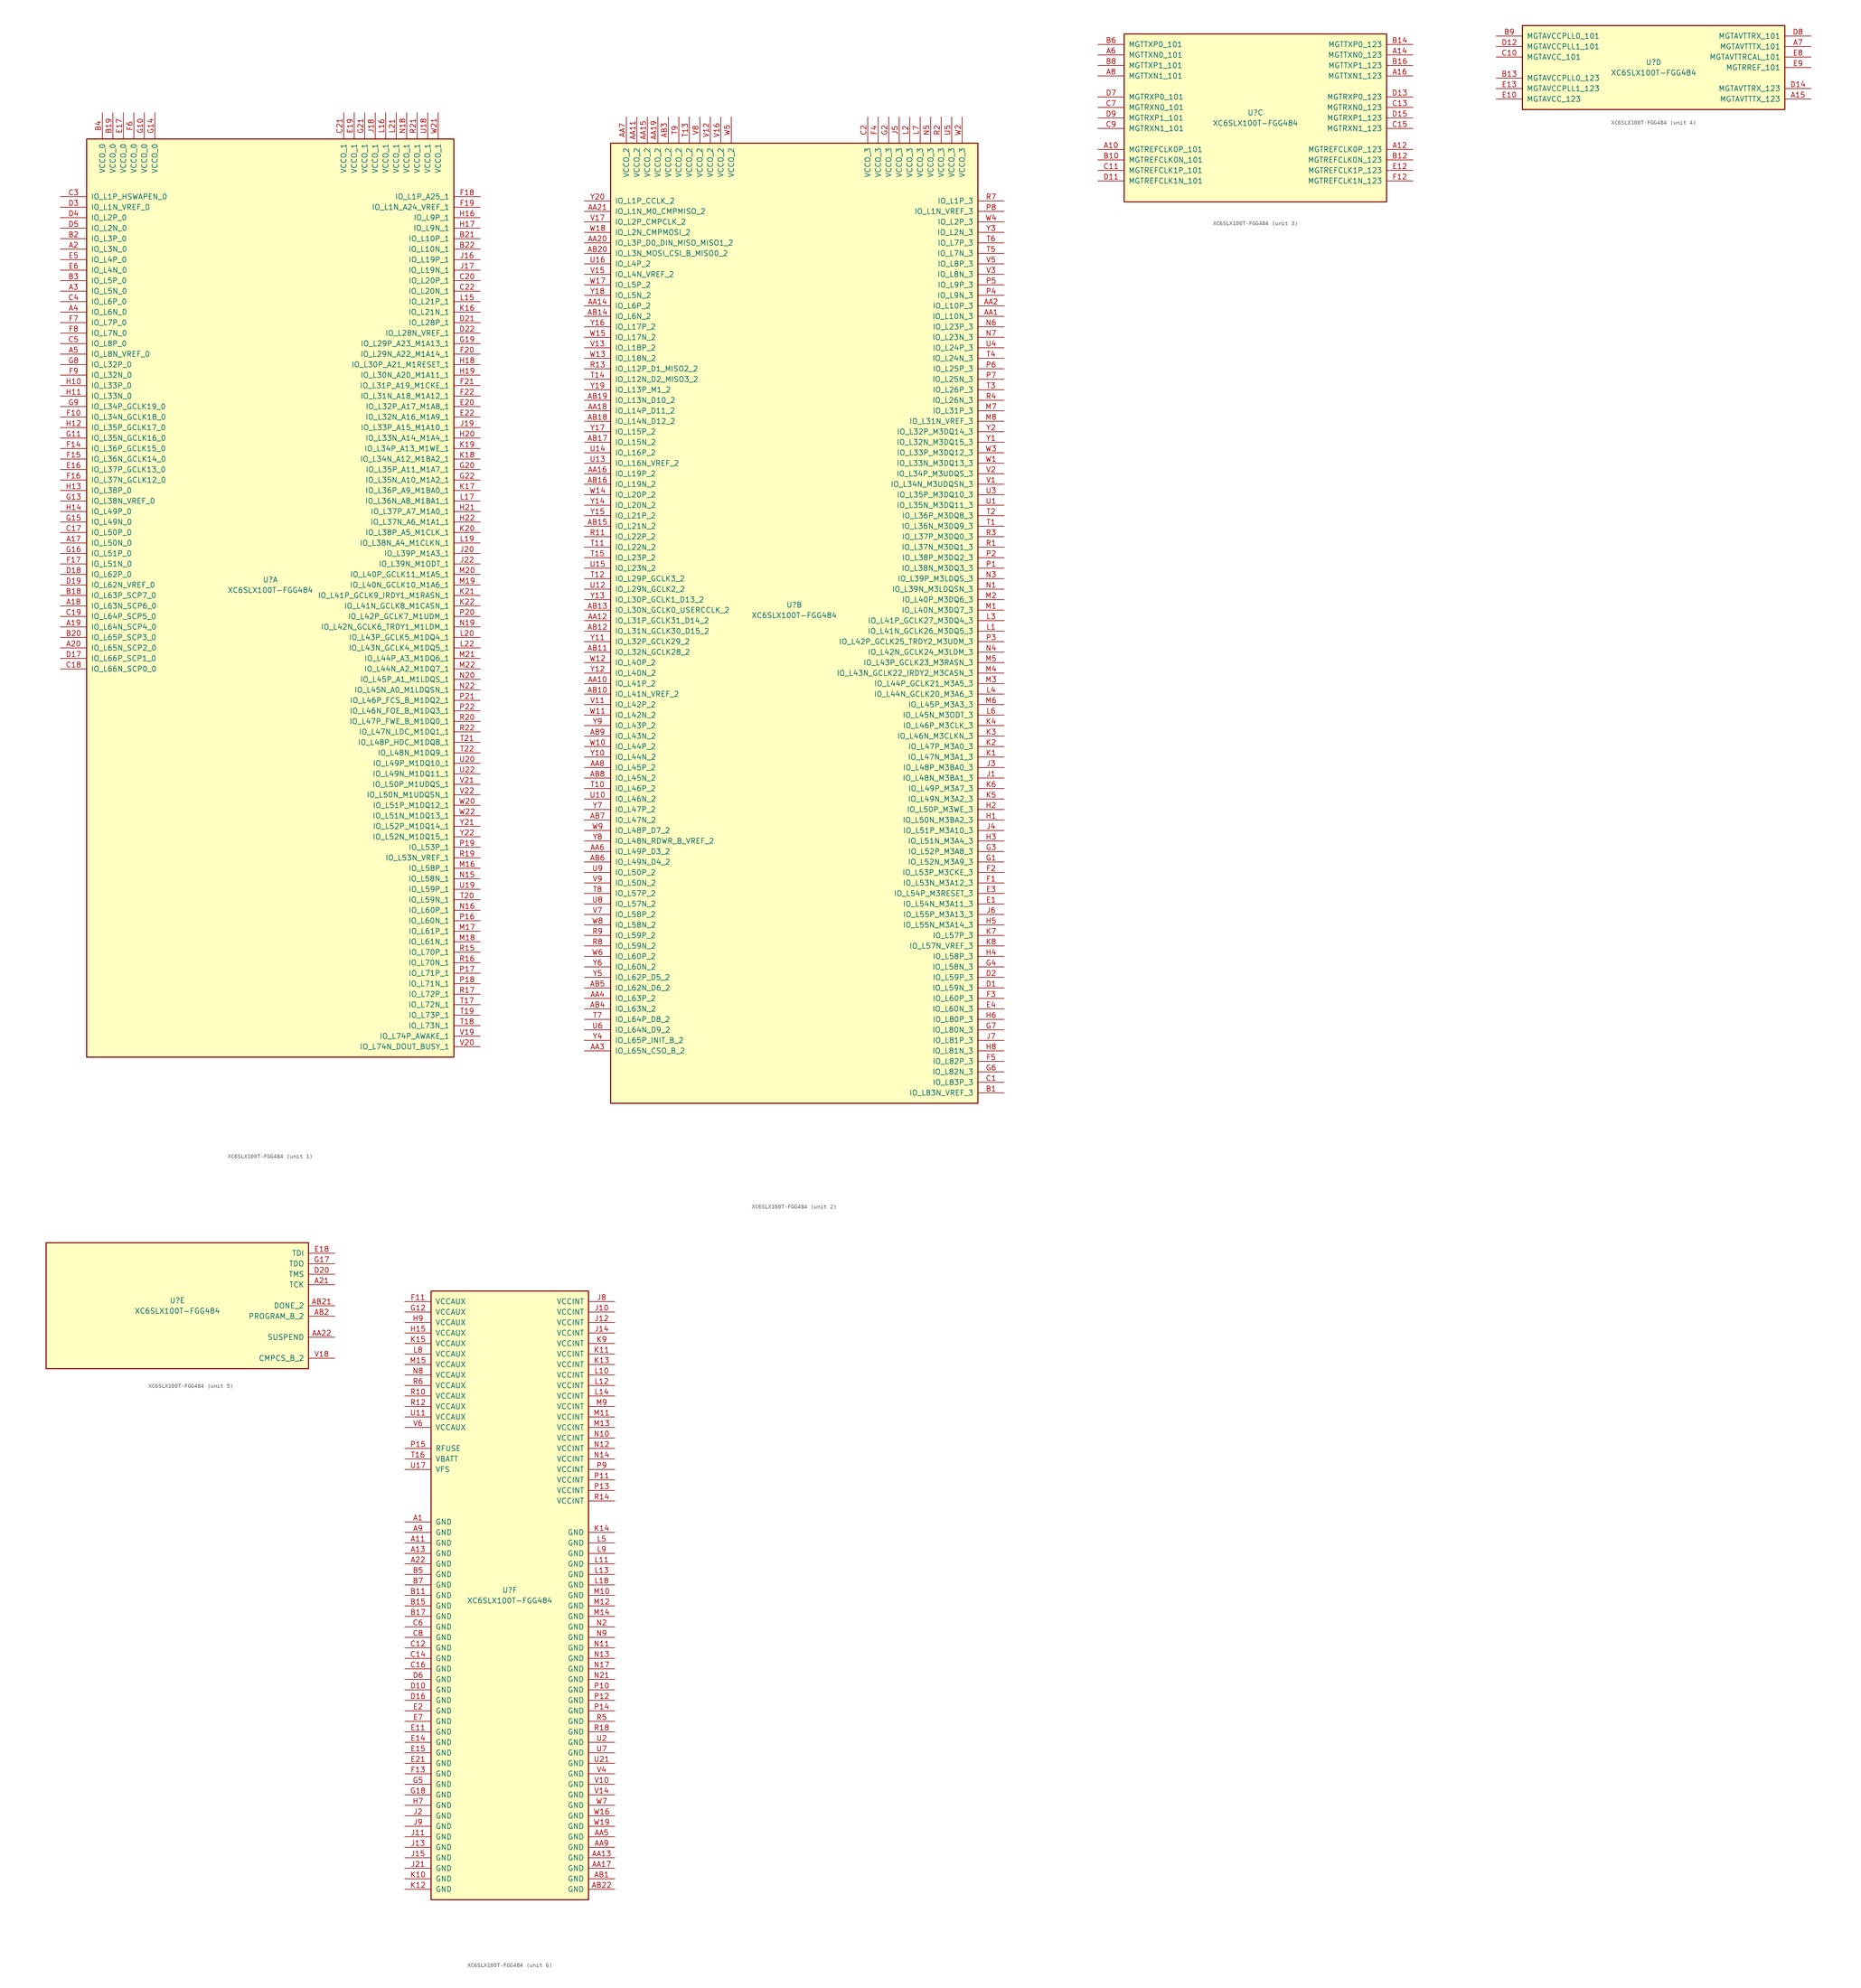
<source format=kicad_sym>
(kicad_symbol_lib
  (version 20211014)
  (generator kicad_symbol_editor)
  (symbol "XC6SLX100T-FGG484"
    (pin_names
      (offset 1.016))
    (property "Reference" "U"
      (at 0 1.27 0)
      (effects (font (size 1.27 1.27))))
    (property "Value" "XC6SLX100T-FGG484"
      (at 0 -1.27 0)
      (effects (font (size 1.27 1.27))))
    (property "Datasheet" ""
      (at 0 0 0)
      (effects (font (size 1.27 1.27))))
    (property "ki_locked" ""
      (at 0 0 0)
      (effects (font (size 1.27 1.27))))
    (symbol "XC6SLX100T-FGG484_1_1"
      (rectangle (start -44.45 107.95) (end 44.45 -114.3) (stroke (width 0.254) (type default) (color 0 0 0 0)) (fill (type background)))
      (pin bidirectional line (at -50.8 10.16 0) (length 6.35) (name "IO_L50N_0" (effects (font (size 1.27 1.27)))) (number "A17" (effects (font (size 1.27 1.27)))))
      (pin bidirectional line (at -50.8 -5.08 0) (length 6.35) (name "IO_L63N_SCP6_0" (effects (font (size 1.27 1.27)))) (number "A18" (effects (font (size 1.27 1.27)))))
      (pin bidirectional line (at -50.8 -10.16 0) (length 6.35) (name "IO_L64N_SCP4_0" (effects (font (size 1.27 1.27)))) (number "A19" (effects (font (size 1.27 1.27)))))
      (pin bidirectional line (at -50.8 81.28 0) (length 6.35) (name "IO_L3N_0" (effects (font (size 1.27 1.27)))) (number "A2" (effects (font (size 1.27 1.27)))))
      (pin bidirectional line (at -50.8 -15.24 0) (length 6.35) (name "IO_L65N_SCP2_0" (effects (font (size 1.27 1.27)))) (number "A20" (effects (font (size 1.27 1.27)))))
      (pin bidirectional line (at -50.8 71.12 0) (length 6.35) (name "IO_L5N_0" (effects (font (size 1.27 1.27)))) (number "A3" (effects (font (size 1.27 1.27)))))
      (pin bidirectional line (at -50.8 66.04 0) (length 6.35) (name "IO_L6N_0" (effects (font (size 1.27 1.27)))) (number "A4" (effects (font (size 1.27 1.27)))))
      (pin bidirectional line (at -50.8 55.88 0) (length 6.35) (name "IO_L8N_VREF_0" (effects (font (size 1.27 1.27)))) (number "A5" (effects (font (size 1.27 1.27)))))
      (pin bidirectional line (at -50.8 -2.54 0) (length 6.35) (name "IO_L63P_SCP7_0" (effects (font (size 1.27 1.27)))) (number "B18" (effects (font (size 1.27 1.27)))))
      (pin power_in line (at -38.1 114.3 270) (length 6.35) (name "VCCO_0" (effects (font (size 1.27 1.27)))) (number "B19" (effects (font (size 1.27 1.27)))))
      (pin bidirectional line (at -50.8 83.82 0) (length 6.35) (name "IO_L3P_0" (effects (font (size 1.27 1.27)))) (number "B2" (effects (font (size 1.27 1.27)))))
      (pin bidirectional line (at -50.8 -12.7 0) (length 6.35) (name "IO_L65P_SCP3_0" (effects (font (size 1.27 1.27)))) (number "B20" (effects (font (size 1.27 1.27)))))
      (pin bidirectional line (at 50.8 83.82 180) (length 6.35) (name "IO_L10P_1" (effects (font (size 1.27 1.27)))) (number "B21" (effects (font (size 1.27 1.27)))))
      (pin bidirectional line (at 50.8 81.28 180) (length 6.35) (name "IO_L10N_1" (effects (font (size 1.27 1.27)))) (number "B22" (effects (font (size 1.27 1.27)))))
      (pin bidirectional line (at -50.8 73.66 0) (length 6.35) (name "IO_L5P_0" (effects (font (size 1.27 1.27)))) (number "B3" (effects (font (size 1.27 1.27)))))
      (pin power_in line (at -40.64 114.3 270) (length 6.35) (name "VCCO_0" (effects (font (size 1.27 1.27)))) (number "B4" (effects (font (size 1.27 1.27)))))
      (pin bidirectional line (at -50.8 12.7 0) (length 6.35) (name "IO_L50P_0" (effects (font (size 1.27 1.27)))) (number "C17" (effects (font (size 1.27 1.27)))))
      (pin bidirectional line (at -50.8 -20.32 0) (length 6.35) (name "IO_L66N_SCP0_0" (effects (font (size 1.27 1.27)))) (number "C18" (effects (font (size 1.27 1.27)))))
      (pin bidirectional line (at -50.8 -7.62 0) (length 6.35) (name "IO_L64P_SCP5_0" (effects (font (size 1.27 1.27)))) (number "C19" (effects (font (size 1.27 1.27)))))
      (pin bidirectional line (at 50.8 73.66 180) (length 6.35) (name "IO_L20P_1" (effects (font (size 1.27 1.27)))) (number "C20" (effects (font (size 1.27 1.27)))))
      (pin power_in line (at 17.78 114.3 270) (length 6.35) (name "VCCO_1" (effects (font (size 1.27 1.27)))) (number "C21" (effects (font (size 1.27 1.27)))))
      (pin bidirectional line (at 50.8 71.12 180) (length 6.35) (name "IO_L20N_1" (effects (font (size 1.27 1.27)))) (number "C22" (effects (font (size 1.27 1.27)))))
      (pin bidirectional line (at -50.8 93.98 0) (length 6.35) (name "IO_L1P_HSWAPEN_0" (effects (font (size 1.27 1.27)))) (number "C3" (effects (font (size 1.27 1.27)))))
      (pin bidirectional line (at -50.8 68.58 0) (length 6.35) (name "IO_L6P_0" (effects (font (size 1.27 1.27)))) (number "C4" (effects (font (size 1.27 1.27)))))
      (pin bidirectional line (at -50.8 58.42 0) (length 6.35) (name "IO_L8P_0" (effects (font (size 1.27 1.27)))) (number "C5" (effects (font (size 1.27 1.27)))))
      (pin bidirectional line (at -50.8 -17.78 0) (length 6.35) (name "IO_L66P_SCP1_0" (effects (font (size 1.27 1.27)))) (number "D17" (effects (font (size 1.27 1.27)))))
      (pin bidirectional line (at -50.8 2.54 0) (length 6.35) (name "IO_L62P_0" (effects (font (size 1.27 1.27)))) (number "D18" (effects (font (size 1.27 1.27)))))
      (pin bidirectional line (at -50.8 0 0) (length 6.35) (name "IO_L62N_VREF_0" (effects (font (size 1.27 1.27)))) (number "D19" (effects (font (size 1.27 1.27)))))
      (pin bidirectional line (at 50.8 63.5 180) (length 6.35) (name "IO_L28P_1" (effects (font (size 1.27 1.27)))) (number "D21" (effects (font (size 1.27 1.27)))))
      (pin bidirectional line (at 50.8 60.96 180) (length 6.35) (name "IO_L28N_VREF_1" (effects (font (size 1.27 1.27)))) (number "D22" (effects (font (size 1.27 1.27)))))
      (pin bidirectional line (at -50.8 91.44 0) (length 6.35) (name "IO_L1N_VREF_0" (effects (font (size 1.27 1.27)))) (number "D3" (effects (font (size 1.27 1.27)))))
      (pin bidirectional line (at -50.8 88.9 0) (length 6.35) (name "IO_L2P_0" (effects (font (size 1.27 1.27)))) (number "D4" (effects (font (size 1.27 1.27)))))
      (pin bidirectional line (at -50.8 86.36 0) (length 6.35) (name "IO_L2N_0" (effects (font (size 1.27 1.27)))) (number "D5" (effects (font (size 1.27 1.27)))))
      (pin bidirectional line (at -50.8 27.94 0) (length 6.35) (name "IO_L37P_GCLK13_0" (effects (font (size 1.27 1.27)))) (number "E16" (effects (font (size 1.27 1.27)))))
      (pin power_in line (at -35.56 114.3 270) (length 6.35) (name "VCCO_0" (effects (font (size 1.27 1.27)))) (number "E17" (effects (font (size 1.27 1.27)))))
      (pin power_in line (at 20.32 114.3 270) (length 6.35) (name "VCCO_1" (effects (font (size 1.27 1.27)))) (number "E19" (effects (font (size 1.27 1.27)))))
      (pin bidirectional line (at 50.8 43.18 180) (length 6.35) (name "IO_L32P_A17_M1A8_1" (effects (font (size 1.27 1.27)))) (number "E20" (effects (font (size 1.27 1.27)))))
      (pin bidirectional line (at 50.8 40.64 180) (length 6.35) (name "IO_L32N_A16_M1A9_1" (effects (font (size 1.27 1.27)))) (number "E22" (effects (font (size 1.27 1.27)))))
      (pin bidirectional line (at -50.8 78.74 0) (length 6.35) (name "IO_L4P_0" (effects (font (size 1.27 1.27)))) (number "E5" (effects (font (size 1.27 1.27)))))
      (pin bidirectional line (at -50.8 76.2 0) (length 6.35) (name "IO_L4N_0" (effects (font (size 1.27 1.27)))) (number "E6" (effects (font (size 1.27 1.27)))))
      (pin bidirectional line (at -50.8 40.64 0) (length 6.35) (name "IO_L34N_GCLK18_0" (effects (font (size 1.27 1.27)))) (number "F10" (effects (font (size 1.27 1.27)))))
      (pin bidirectional line (at -50.8 33.02 0) (length 6.35) (name "IO_L36P_GCLK15_0" (effects (font (size 1.27 1.27)))) (number "F14" (effects (font (size 1.27 1.27)))))
      (pin bidirectional line (at -50.8 30.48 0) (length 6.35) (name "IO_L36N_GCLK14_0" (effects (font (size 1.27 1.27)))) (number "F15" (effects (font (size 1.27 1.27)))))
      (pin bidirectional line (at -50.8 25.4 0) (length 6.35) (name "IO_L37N_GCLK12_0" (effects (font (size 1.27 1.27)))) (number "F16" (effects (font (size 1.27 1.27)))))
      (pin bidirectional line (at -50.8 5.08 0) (length 6.35) (name "IO_L51N_0" (effects (font (size 1.27 1.27)))) (number "F17" (effects (font (size 1.27 1.27)))))
      (pin bidirectional line (at 50.8 93.98 180) (length 6.35) (name "IO_L1P_A25_1" (effects (font (size 1.27 1.27)))) (number "F18" (effects (font (size 1.27 1.27)))))
      (pin bidirectional line (at 50.8 91.44 180) (length 6.35) (name "IO_L1N_A24_VREF_1" (effects (font (size 1.27 1.27)))) (number "F19" (effects (font (size 1.27 1.27)))))
      (pin bidirectional line (at 50.8 55.88 180) (length 6.35) (name "IO_L29N_A22_M1A14_1" (effects (font (size 1.27 1.27)))) (number "F20" (effects (font (size 1.27 1.27)))))
      (pin bidirectional line (at 50.8 48.26 180) (length 6.35) (name "IO_L31P_A19_M1CKE_1" (effects (font (size 1.27 1.27)))) (number "F21" (effects (font (size 1.27 1.27)))))
      (pin bidirectional line (at 50.8 45.72 180) (length 6.35) (name "IO_L31N_A18_M1A12_1" (effects (font (size 1.27 1.27)))) (number "F22" (effects (font (size 1.27 1.27)))))
      (pin power_in line (at -33.02 114.3 270) (length 6.35) (name "VCCO_0" (effects (font (size 1.27 1.27)))) (number "F6" (effects (font (size 1.27 1.27)))))
      (pin bidirectional line (at -50.8 63.5 0) (length 6.35) (name "IO_L7P_0" (effects (font (size 1.27 1.27)))) (number "F7" (effects (font (size 1.27 1.27)))))
      (pin bidirectional line (at -50.8 60.96 0) (length 6.35) (name "IO_L7N_0" (effects (font (size 1.27 1.27)))) (number "F8" (effects (font (size 1.27 1.27)))))
      (pin bidirectional line (at -50.8 50.8 0) (length 6.35) (name "IO_L32N_0" (effects (font (size 1.27 1.27)))) (number "F9" (effects (font (size 1.27 1.27)))))
      (pin power_in line (at -30.48 114.3 270) (length 6.35) (name "VCCO_0" (effects (font (size 1.27 1.27)))) (number "G10" (effects (font (size 1.27 1.27)))))
      (pin bidirectional line (at -50.8 35.56 0) (length 6.35) (name "IO_L35N_GCLK16_0" (effects (font (size 1.27 1.27)))) (number "G11" (effects (font (size 1.27 1.27)))))
      (pin bidirectional line (at -50.8 20.32 0) (length 6.35) (name "IO_L38N_VREF_0" (effects (font (size 1.27 1.27)))) (number "G13" (effects (font (size 1.27 1.27)))))
      (pin power_in line (at -27.94 114.3 270) (length 6.35) (name "VCCO_0" (effects (font (size 1.27 1.27)))) (number "G14" (effects (font (size 1.27 1.27)))))
      (pin bidirectional line (at -50.8 15.24 0) (length 6.35) (name "IO_L49N_0" (effects (font (size 1.27 1.27)))) (number "G15" (effects (font (size 1.27 1.27)))))
      (pin bidirectional line (at -50.8 7.62 0) (length 6.35) (name "IO_L51P_0" (effects (font (size 1.27 1.27)))) (number "G16" (effects (font (size 1.27 1.27)))))
      (pin bidirectional line (at 50.8 58.42 180) (length 6.35) (name "IO_L29P_A23_M1A13_1" (effects (font (size 1.27 1.27)))) (number "G19" (effects (font (size 1.27 1.27)))))
      (pin bidirectional line (at 50.8 27.94 180) (length 6.35) (name "IO_L35P_A11_M1A7_1" (effects (font (size 1.27 1.27)))) (number "G20" (effects (font (size 1.27 1.27)))))
      (pin power_in line (at 22.86 114.3 270) (length 6.35) (name "VCCO_1" (effects (font (size 1.27 1.27)))) (number "G21" (effects (font (size 1.27 1.27)))))
      (pin bidirectional line (at 50.8 25.4 180) (length 6.35) (name "IO_L35N_A10_M1A2_1" (effects (font (size 1.27 1.27)))) (number "G22" (effects (font (size 1.27 1.27)))))
      (pin bidirectional line (at -50.8 53.34 0) (length 6.35) (name "IO_L32P_0" (effects (font (size 1.27 1.27)))) (number "G8" (effects (font (size 1.27 1.27)))))
      (pin bidirectional line (at -50.8 43.18 0) (length 6.35) (name "IO_L34P_GCLK19_0" (effects (font (size 1.27 1.27)))) (number "G9" (effects (font (size 1.27 1.27)))))
      (pin bidirectional line (at -50.8 48.26 0) (length 6.35) (name "IO_L33P_0" (effects (font (size 1.27 1.27)))) (number "H10" (effects (font (size 1.27 1.27)))))
      (pin bidirectional line (at -50.8 45.72 0) (length 6.35) (name "IO_L33N_0" (effects (font (size 1.27 1.27)))) (number "H11" (effects (font (size 1.27 1.27)))))
      (pin bidirectional line (at -50.8 38.1 0) (length 6.35) (name "IO_L35P_GCLK17_0" (effects (font (size 1.27 1.27)))) (number "H12" (effects (font (size 1.27 1.27)))))
      (pin bidirectional line (at -50.8 22.86 0) (length 6.35) (name "IO_L38P_0" (effects (font (size 1.27 1.27)))) (number "H13" (effects (font (size 1.27 1.27)))))
      (pin bidirectional line (at -50.8 17.78 0) (length 6.35) (name "IO_L49P_0" (effects (font (size 1.27 1.27)))) (number "H14" (effects (font (size 1.27 1.27)))))
      (pin bidirectional line (at 50.8 88.9 180) (length 6.35) (name "IO_L9P_1" (effects (font (size 1.27 1.27)))) (number "H16" (effects (font (size 1.27 1.27)))))
      (pin bidirectional line (at 50.8 86.36 180) (length 6.35) (name "IO_L9N_1" (effects (font (size 1.27 1.27)))) (number "H17" (effects (font (size 1.27 1.27)))))
      (pin bidirectional line (at 50.8 53.34 180) (length 6.35) (name "IO_L30P_A21_M1RESET_1" (effects (font (size 1.27 1.27)))) (number "H18" (effects (font (size 1.27 1.27)))))
      (pin bidirectional line (at 50.8 50.8 180) (length 6.35) (name "IO_L30N_A20_M1A11_1" (effects (font (size 1.27 1.27)))) (number "H19" (effects (font (size 1.27 1.27)))))
      (pin bidirectional line (at 50.8 35.56 180) (length 6.35) (name "IO_L33N_A14_M1A4_1" (effects (font (size 1.27 1.27)))) (number "H20" (effects (font (size 1.27 1.27)))))
      (pin bidirectional line (at 50.8 17.78 180) (length 6.35) (name "IO_L37P_A7_M1A0_1" (effects (font (size 1.27 1.27)))) (number "H21" (effects (font (size 1.27 1.27)))))
      (pin bidirectional line (at 50.8 15.24 180) (length 6.35) (name "IO_L37N_A6_M1A1_1" (effects (font (size 1.27 1.27)))) (number "H22" (effects (font (size 1.27 1.27)))))
      (pin bidirectional line (at 50.8 78.74 180) (length 6.35) (name "IO_L19P_1" (effects (font (size 1.27 1.27)))) (number "J16" (effects (font (size 1.27 1.27)))))
      (pin bidirectional line (at 50.8 76.2 180) (length 6.35) (name "IO_L19N_1" (effects (font (size 1.27 1.27)))) (number "J17" (effects (font (size 1.27 1.27)))))
      (pin power_in line (at 25.4 114.3 270) (length 6.35) (name "VCCO_1" (effects (font (size 1.27 1.27)))) (number "J18" (effects (font (size 1.27 1.27)))))
      (pin bidirectional line (at 50.8 38.1 180) (length 6.35) (name "IO_L33P_A15_M1A10_1" (effects (font (size 1.27 1.27)))) (number "J19" (effects (font (size 1.27 1.27)))))
      (pin bidirectional line (at 50.8 7.62 180) (length 6.35) (name "IO_L39P_M1A3_1" (effects (font (size 1.27 1.27)))) (number "J20" (effects (font (size 1.27 1.27)))))
      (pin bidirectional line (at 50.8 5.08 180) (length 6.35) (name "IO_L39N_M1ODT_1" (effects (font (size 1.27 1.27)))) (number "J22" (effects (font (size 1.27 1.27)))))
      (pin bidirectional line (at 50.8 66.04 180) (length 6.35) (name "IO_L21N_1" (effects (font (size 1.27 1.27)))) (number "K16" (effects (font (size 1.27 1.27)))))
      (pin bidirectional line (at 50.8 22.86 180) (length 6.35) (name "IO_L36P_A9_M1BA0_1" (effects (font (size 1.27 1.27)))) (number "K17" (effects (font (size 1.27 1.27)))))
      (pin bidirectional line (at 50.8 30.48 180) (length 6.35) (name "IO_L34N_A12_M1BA2_1" (effects (font (size 1.27 1.27)))) (number "K18" (effects (font (size 1.27 1.27)))))
      (pin bidirectional line (at 50.8 33.02 180) (length 6.35) (name "IO_L34P_A13_M1WE_1" (effects (font (size 1.27 1.27)))) (number "K19" (effects (font (size 1.27 1.27)))))
      (pin bidirectional line (at 50.8 12.7 180) (length 6.35) (name "IO_L38P_A5_M1CLK_1" (effects (font (size 1.27 1.27)))) (number "K20" (effects (font (size 1.27 1.27)))))
      (pin bidirectional line (at 50.8 -2.54 180) (length 6.35) (name "IO_L41P_GCLK9_IRDY1_M1RASN_1" (effects (font (size 1.27 1.27)))) (number "K21" (effects (font (size 1.27 1.27)))))
      (pin bidirectional line (at 50.8 -5.08 180) (length 6.35) (name "IO_L41N_GCLK8_M1CASN_1" (effects (font (size 1.27 1.27)))) (number "K22" (effects (font (size 1.27 1.27)))))
      (pin bidirectional line (at 50.8 68.58 180) (length 6.35) (name "IO_L21P_1" (effects (font (size 1.27 1.27)))) (number "L15" (effects (font (size 1.27 1.27)))))
      (pin power_in line (at 27.94 114.3 270) (length 6.35) (name "VCCO_1" (effects (font (size 1.27 1.27)))) (number "L16" (effects (font (size 1.27 1.27)))))
      (pin bidirectional line (at 50.8 20.32 180) (length 6.35) (name "IO_L36N_A8_M1BA1_1" (effects (font (size 1.27 1.27)))) (number "L17" (effects (font (size 1.27 1.27)))))
      (pin bidirectional line (at 50.8 10.16 180) (length 6.35) (name "IO_L38N_A4_M1CLKN_1" (effects (font (size 1.27 1.27)))) (number "L19" (effects (font (size 1.27 1.27)))))
      (pin bidirectional line (at 50.8 -12.7 180) (length 6.35) (name "IO_L43P_GCLK5_M1DQ4_1" (effects (font (size 1.27 1.27)))) (number "L20" (effects (font (size 1.27 1.27)))))
      (pin power_in line (at 30.48 114.3 270) (length 6.35) (name "VCCO_1" (effects (font (size 1.27 1.27)))) (number "L21" (effects (font (size 1.27 1.27)))))
      (pin bidirectional line (at 50.8 -15.24 180) (length 6.35) (name "IO_L43N_GCLK4_M1DQ5_1" (effects (font (size 1.27 1.27)))) (number "L22" (effects (font (size 1.27 1.27)))))
      (pin bidirectional line (at 50.8 -68.58 180) (length 6.35) (name "IO_L58P_1" (effects (font (size 1.27 1.27)))) (number "M16" (effects (font (size 1.27 1.27)))))
      (pin bidirectional line (at 50.8 -83.82 180) (length 6.35) (name "IO_L61P_1" (effects (font (size 1.27 1.27)))) (number "M17" (effects (font (size 1.27 1.27)))))
      (pin bidirectional line (at 50.8 -86.36 180) (length 6.35) (name "IO_L61N_1" (effects (font (size 1.27 1.27)))) (number "M18" (effects (font (size 1.27 1.27)))))
      (pin bidirectional line (at 50.8 0 180) (length 6.35) (name "IO_L40N_GCLK10_M1A6_1" (effects (font (size 1.27 1.27)))) (number "M19" (effects (font (size 1.27 1.27)))))
      (pin bidirectional line (at 50.8 2.54 180) (length 6.35) (name "IO_L40P_GCLK11_M1A5_1" (effects (font (size 1.27 1.27)))) (number "M20" (effects (font (size 1.27 1.27)))))
      (pin bidirectional line (at 50.8 -17.78 180) (length 6.35) (name "IO_L44P_A3_M1DQ6_1" (effects (font (size 1.27 1.27)))) (number "M21" (effects (font (size 1.27 1.27)))))
      (pin bidirectional line (at 50.8 -20.32 180) (length 6.35) (name "IO_L44N_A2_M1DQ7_1" (effects (font (size 1.27 1.27)))) (number "M22" (effects (font (size 1.27 1.27)))))
      (pin bidirectional line (at 50.8 -71.12 180) (length 6.35) (name "IO_L58N_1" (effects (font (size 1.27 1.27)))) (number "N15" (effects (font (size 1.27 1.27)))))
      (pin bidirectional line (at 50.8 -78.74 180) (length 6.35) (name "IO_L60P_1" (effects (font (size 1.27 1.27)))) (number "N16" (effects (font (size 1.27 1.27)))))
      (pin power_in line (at 33.02 114.3 270) (length 6.35) (name "VCCO_1" (effects (font (size 1.27 1.27)))) (number "N18" (effects (font (size 1.27 1.27)))))
      (pin bidirectional line (at 50.8 -10.16 180) (length 6.35) (name "IO_L42N_GCLK6_TRDY1_M1LDM_1" (effects (font (size 1.27 1.27)))) (number "N19" (effects (font (size 1.27 1.27)))))
      (pin bidirectional line (at 50.8 -22.86 180) (length 6.35) (name "IO_L45P_A1_M1LDQS_1" (effects (font (size 1.27 1.27)))) (number "N20" (effects (font (size 1.27 1.27)))))
      (pin bidirectional line (at 50.8 -25.4 180) (length 6.35) (name "IO_L45N_A0_M1LDQSN_1" (effects (font (size 1.27 1.27)))) (number "N22" (effects (font (size 1.27 1.27)))))
      (pin bidirectional line (at 50.8 -81.28 180) (length 6.35) (name "IO_L60N_1" (effects (font (size 1.27 1.27)))) (number "P16" (effects (font (size 1.27 1.27)))))
      (pin bidirectional line (at 50.8 -93.98 180) (length 6.35) (name "IO_L71P_1" (effects (font (size 1.27 1.27)))) (number "P17" (effects (font (size 1.27 1.27)))))
      (pin bidirectional line (at 50.8 -96.52 180) (length 6.35) (name "IO_L71N_1" (effects (font (size 1.27 1.27)))) (number "P18" (effects (font (size 1.27 1.27)))))
      (pin bidirectional line (at 50.8 -63.5 180) (length 6.35) (name "IO_L53P_1" (effects (font (size 1.27 1.27)))) (number "P19" (effects (font (size 1.27 1.27)))))
      (pin bidirectional line (at 50.8 -7.62 180) (length 6.35) (name "IO_L42P_GCLK7_M1UDM_1" (effects (font (size 1.27 1.27)))) (number "P20" (effects (font (size 1.27 1.27)))))
      (pin bidirectional line (at 50.8 -27.94 180) (length 6.35) (name "IO_L46P_FCS_B_M1DQ2_1" (effects (font (size 1.27 1.27)))) (number "P21" (effects (font (size 1.27 1.27)))))
      (pin bidirectional line (at 50.8 -30.48 180) (length 6.35) (name "IO_L46N_FOE_B_M1DQ3_1" (effects (font (size 1.27 1.27)))) (number "P22" (effects (font (size 1.27 1.27)))))
      (pin bidirectional line (at 50.8 -88.9 180) (length 6.35) (name "IO_L70P_1" (effects (font (size 1.27 1.27)))) (number "R15" (effects (font (size 1.27 1.27)))))
      (pin bidirectional line (at 50.8 -91.44 180) (length 6.35) (name "IO_L70N_1" (effects (font (size 1.27 1.27)))) (number "R16" (effects (font (size 1.27 1.27)))))
      (pin bidirectional line (at 50.8 -99.06 180) (length 6.35) (name "IO_L72P_1" (effects (font (size 1.27 1.27)))) (number "R17" (effects (font (size 1.27 1.27)))))
      (pin bidirectional line (at 50.8 -66.04 180) (length 6.35) (name "IO_L53N_VREF_1" (effects (font (size 1.27 1.27)))) (number "R19" (effects (font (size 1.27 1.27)))))
      (pin bidirectional line (at 50.8 -33.02 180) (length 6.35) (name "IO_L47P_FWE_B_M1DQ0_1" (effects (font (size 1.27 1.27)))) (number "R20" (effects (font (size 1.27 1.27)))))
      (pin power_in line (at 35.56 114.3 270) (length 6.35) (name "VCCO_1" (effects (font (size 1.27 1.27)))) (number "R21" (effects (font (size 1.27 1.27)))))
      (pin bidirectional line (at 50.8 -35.56 180) (length 6.35) (name "IO_L47N_LDC_M1DQ1_1" (effects (font (size 1.27 1.27)))) (number "R22" (effects (font (size 1.27 1.27)))))
      (pin bidirectional line (at 50.8 -101.6 180) (length 6.35) (name "IO_L72N_1" (effects (font (size 1.27 1.27)))) (number "T17" (effects (font (size 1.27 1.27)))))
      (pin bidirectional line (at 50.8 -106.68 180) (length 6.35) (name "IO_L73N_1" (effects (font (size 1.27 1.27)))) (number "T18" (effects (font (size 1.27 1.27)))))
      (pin bidirectional line (at 50.8 -104.14 180) (length 6.35) (name "IO_L73P_1" (effects (font (size 1.27 1.27)))) (number "T19" (effects (font (size 1.27 1.27)))))
      (pin bidirectional line (at 50.8 -76.2 180) (length 6.35) (name "IO_L59N_1" (effects (font (size 1.27 1.27)))) (number "T20" (effects (font (size 1.27 1.27)))))
      (pin bidirectional line (at 50.8 -38.1 180) (length 6.35) (name "IO_L48P_HDC_M1DQ8_1" (effects (font (size 1.27 1.27)))) (number "T21" (effects (font (size 1.27 1.27)))))
      (pin bidirectional line (at 50.8 -40.64 180) (length 6.35) (name "IO_L48N_M1DQ9_1" (effects (font (size 1.27 1.27)))) (number "T22" (effects (font (size 1.27 1.27)))))
      (pin power_in line (at 38.1 114.3 270) (length 6.35) (name "VCCO_1" (effects (font (size 1.27 1.27)))) (number "U18" (effects (font (size 1.27 1.27)))))
      (pin bidirectional line (at 50.8 -73.66 180) (length 6.35) (name "IO_L59P_1" (effects (font (size 1.27 1.27)))) (number "U19" (effects (font (size 1.27 1.27)))))
      (pin bidirectional line (at 50.8 -43.18 180) (length 6.35) (name "IO_L49P_M1DQ10_1" (effects (font (size 1.27 1.27)))) (number "U20" (effects (font (size 1.27 1.27)))))
      (pin bidirectional line (at 50.8 -45.72 180) (length 6.35) (name "IO_L49N_M1DQ11_1" (effects (font (size 1.27 1.27)))) (number "U22" (effects (font (size 1.27 1.27)))))
      (pin bidirectional line (at 50.8 -109.22 180) (length 6.35) (name "IO_L74P_AWAKE_1" (effects (font (size 1.27 1.27)))) (number "V19" (effects (font (size 1.27 1.27)))))
      (pin bidirectional line (at 50.8 -111.76 180) (length 6.35) (name "IO_L74N_DOUT_BUSY_1" (effects (font (size 1.27 1.27)))) (number "V20" (effects (font (size 1.27 1.27)))))
      (pin bidirectional line (at 50.8 -48.26 180) (length 6.35) (name "IO_L50P_M1UDQS_1" (effects (font (size 1.27 1.27)))) (number "V21" (effects (font (size 1.27 1.27)))))
      (pin bidirectional line (at 50.8 -50.8 180) (length 6.35) (name "IO_L50N_M1UDQSN_1" (effects (font (size 1.27 1.27)))) (number "V22" (effects (font (size 1.27 1.27)))))
      (pin bidirectional line (at 50.8 -53.34 180) (length 6.35) (name "IO_L51P_M1DQ12_1" (effects (font (size 1.27 1.27)))) (number "W20" (effects (font (size 1.27 1.27)))))
      (pin power_in line (at 40.64 114.3 270) (length 6.35) (name "VCCO_1" (effects (font (size 1.27 1.27)))) (number "W21" (effects (font (size 1.27 1.27)))))
      (pin bidirectional line (at 50.8 -55.88 180) (length 6.35) (name "IO_L51N_M1DQ13_1" (effects (font (size 1.27 1.27)))) (number "W22" (effects (font (size 1.27 1.27)))))
      (pin bidirectional line (at 50.8 -58.42 180) (length 6.35) (name "IO_L52P_M1DQ14_1" (effects (font (size 1.27 1.27)))) (number "Y21" (effects (font (size 1.27 1.27)))))
      (pin bidirectional line (at 50.8 -60.96 180) (length 6.35) (name "IO_L52N_M1DQ15_1" (effects (font (size 1.27 1.27)))) (number "Y22" (effects (font (size 1.27 1.27))))))
    (symbol "XC6SLX100T-FGG484_2_1"
      (rectangle (start -44.45 113.03) (end 44.45 -119.38) (stroke (width 0.254) (type default) (color 0 0 0 0)) (fill (type background)))
      (pin bidirectional line (at 50.8 71.12 180) (length 6.35) (name "IO_L10N_3" (effects (font (size 1.27 1.27)))) (number "AA1" (effects (font (size 1.27 1.27)))))
      (pin bidirectional line (at -50.8 -17.78 0) (length 6.35) (name "IO_L41P_2" (effects (font (size 1.27 1.27)))) (number "AA10" (effects (font (size 1.27 1.27)))))
      (pin power_in line (at -38.1 119.38 270) (length 6.35) (name "VCCO_2" (effects (font (size 1.27 1.27)))) (number "AA11" (effects (font (size 1.27 1.27)))))
      (pin bidirectional line (at -50.8 -2.54 0) (length 6.35) (name "IO_L31P_GCLK31_D14_2" (effects (font (size 1.27 1.27)))) (number "AA12" (effects (font (size 1.27 1.27)))))
      (pin bidirectional line (at -50.8 73.66 0) (length 6.35) (name "IO_L6P_2" (effects (font (size 1.27 1.27)))) (number "AA14" (effects (font (size 1.27 1.27)))))
      (pin power_in line (at -35.56 119.38 270) (length 6.35) (name "VCCO_2" (effects (font (size 1.27 1.27)))) (number "AA15" (effects (font (size 1.27 1.27)))))
      (pin bidirectional line (at -50.8 33.02 0) (length 6.35) (name "IO_L19P_2" (effects (font (size 1.27 1.27)))) (number "AA16" (effects (font (size 1.27 1.27)))))
      (pin bidirectional line (at -50.8 48.26 0) (length 6.35) (name "IO_L14P_D11_2" (effects (font (size 1.27 1.27)))) (number "AA18" (effects (font (size 1.27 1.27)))))
      (pin power_in line (at -33.02 119.38 270) (length 6.35) (name "VCCO_2" (effects (font (size 1.27 1.27)))) (number "AA19" (effects (font (size 1.27 1.27)))))
      (pin bidirectional line (at 50.8 73.66 180) (length 6.35) (name "IO_L10P_3" (effects (font (size 1.27 1.27)))) (number "AA2" (effects (font (size 1.27 1.27)))))
      (pin bidirectional line (at -50.8 88.9 0) (length 6.35) (name "IO_L3P_D0_DIN_MISO_MISO1_2" (effects (font (size 1.27 1.27)))) (number "AA20" (effects (font (size 1.27 1.27)))))
      (pin bidirectional line (at -50.8 96.52 0) (length 6.35) (name "IO_L1N_M0_CMPMISO_2" (effects (font (size 1.27 1.27)))) (number "AA21" (effects (font (size 1.27 1.27)))))
      (pin bidirectional line (at -50.8 -106.68 0) (length 6.35) (name "IO_L65N_CSO_B_2" (effects (font (size 1.27 1.27)))) (number "AA3" (effects (font (size 1.27 1.27)))))
      (pin bidirectional line (at -50.8 -93.98 0) (length 6.35) (name "IO_L63P_2" (effects (font (size 1.27 1.27)))) (number "AA4" (effects (font (size 1.27 1.27)))))
      (pin bidirectional line (at -50.8 -58.42 0) (length 6.35) (name "IO_L49P_D3_2" (effects (font (size 1.27 1.27)))) (number "AA6" (effects (font (size 1.27 1.27)))))
      (pin power_in line (at -40.64 119.38 270) (length 6.35) (name "VCCO_2" (effects (font (size 1.27 1.27)))) (number "AA7" (effects (font (size 1.27 1.27)))))
      (pin bidirectional line (at -50.8 -38.1 0) (length 6.35) (name "IO_L45P_2" (effects (font (size 1.27 1.27)))) (number "AA8" (effects (font (size 1.27 1.27)))))
      (pin bidirectional line (at -50.8 -20.32 0) (length 6.35) (name "IO_L41N_VREF_2" (effects (font (size 1.27 1.27)))) (number "AB10" (effects (font (size 1.27 1.27)))))
      (pin bidirectional line (at -50.8 -10.16 0) (length 6.35) (name "IO_L32N_GCLK28_2" (effects (font (size 1.27 1.27)))) (number "AB11" (effects (font (size 1.27 1.27)))))
      (pin bidirectional line (at -50.8 -5.08 0) (length 6.35) (name "IO_L31N_GCLK30_D15_2" (effects (font (size 1.27 1.27)))) (number "AB12" (effects (font (size 1.27 1.27)))))
      (pin bidirectional line (at -50.8 0 0) (length 6.35) (name "IO_L30N_GCLK0_USERCCLK_2" (effects (font (size 1.27 1.27)))) (number "AB13" (effects (font (size 1.27 1.27)))))
      (pin bidirectional line (at -50.8 71.12 0) (length 6.35) (name "IO_L6N_2" (effects (font (size 1.27 1.27)))) (number "AB14" (effects (font (size 1.27 1.27)))))
      (pin bidirectional line (at -50.8 20.32 0) (length 6.35) (name "IO_L21N_2" (effects (font (size 1.27 1.27)))) (number "AB15" (effects (font (size 1.27 1.27)))))
      (pin bidirectional line (at -50.8 30.48 0) (length 6.35) (name "IO_L19N_2" (effects (font (size 1.27 1.27)))) (number "AB16" (effects (font (size 1.27 1.27)))))
      (pin bidirectional line (at -50.8 40.64 0) (length 6.35) (name "IO_L15N_2" (effects (font (size 1.27 1.27)))) (number "AB17" (effects (font (size 1.27 1.27)))))
      (pin bidirectional line (at -50.8 45.72 0) (length 6.35) (name "IO_L14N_D12_2" (effects (font (size 1.27 1.27)))) (number "AB18" (effects (font (size 1.27 1.27)))))
      (pin bidirectional line (at -50.8 50.8 0) (length 6.35) (name "IO_L13N_D10_2" (effects (font (size 1.27 1.27)))) (number "AB19" (effects (font (size 1.27 1.27)))))
      (pin bidirectional line (at -50.8 86.36 0) (length 6.35) (name "IO_L3N_MOSI_CSI_B_MISO0_2" (effects (font (size 1.27 1.27)))) (number "AB20" (effects (font (size 1.27 1.27)))))
      (pin power_in line (at -30.48 119.38 270) (length 6.35) (name "VCCO_2" (effects (font (size 1.27 1.27)))) (number "AB3" (effects (font (size 1.27 1.27)))))
      (pin bidirectional line (at -50.8 -96.52 0) (length 6.35) (name "IO_L63N_2" (effects (font (size 1.27 1.27)))) (number "AB4" (effects (font (size 1.27 1.27)))))
      (pin bidirectional line (at -50.8 -91.44 0) (length 6.35) (name "IO_L62N_D6_2" (effects (font (size 1.27 1.27)))) (number "AB5" (effects (font (size 1.27 1.27)))))
      (pin bidirectional line (at -50.8 -60.96 0) (length 6.35) (name "IO_L49N_D4_2" (effects (font (size 1.27 1.27)))) (number "AB6" (effects (font (size 1.27 1.27)))))
      (pin bidirectional line (at -50.8 -50.8 0) (length 6.35) (name "IO_L47N_2" (effects (font (size 1.27 1.27)))) (number "AB7" (effects (font (size 1.27 1.27)))))
      (pin bidirectional line (at -50.8 -40.64 0) (length 6.35) (name "IO_L45N_2" (effects (font (size 1.27 1.27)))) (number "AB8" (effects (font (size 1.27 1.27)))))
      (pin bidirectional line (at -50.8 -30.48 0) (length 6.35) (name "IO_L43N_2" (effects (font (size 1.27 1.27)))) (number "AB9" (effects (font (size 1.27 1.27)))))
      (pin bidirectional line (at 50.8 -116.84 180) (length 6.35) (name "IO_L83N_VREF_3" (effects (font (size 1.27 1.27)))) (number "B1" (effects (font (size 1.27 1.27)))))
      (pin bidirectional line (at 50.8 -114.3 180) (length 6.35) (name "IO_L83P_3" (effects (font (size 1.27 1.27)))) (number "C1" (effects (font (size 1.27 1.27)))))
      (pin power_in line (at 17.78 119.38 270) (length 6.35) (name "VCCO_3" (effects (font (size 1.27 1.27)))) (number "C2" (effects (font (size 1.27 1.27)))))
      (pin bidirectional line (at 50.8 -91.44 180) (length 6.35) (name "IO_L59N_3" (effects (font (size 1.27 1.27)))) (number "D1" (effects (font (size 1.27 1.27)))))
      (pin bidirectional line (at 50.8 -88.9 180) (length 6.35) (name "IO_L59P_3" (effects (font (size 1.27 1.27)))) (number "D2" (effects (font (size 1.27 1.27)))))
      (pin bidirectional line (at 50.8 -71.12 180) (length 6.35) (name "IO_L54N_M3A11_3" (effects (font (size 1.27 1.27)))) (number "E1" (effects (font (size 1.27 1.27)))))
      (pin bidirectional line (at 50.8 -68.58 180) (length 6.35) (name "IO_L54P_M3RESET_3" (effects (font (size 1.27 1.27)))) (number "E3" (effects (font (size 1.27 1.27)))))
      (pin bidirectional line (at 50.8 -96.52 180) (length 6.35) (name "IO_L60N_3" (effects (font (size 1.27 1.27)))) (number "E4" (effects (font (size 1.27 1.27)))))
      (pin bidirectional line (at 50.8 -66.04 180) (length 6.35) (name "IO_L53N_M3A12_3" (effects (font (size 1.27 1.27)))) (number "F1" (effects (font (size 1.27 1.27)))))
      (pin bidirectional line (at 50.8 -63.5 180) (length 6.35) (name "IO_L53P_M3CKE_3" (effects (font (size 1.27 1.27)))) (number "F2" (effects (font (size 1.27 1.27)))))
      (pin bidirectional line (at 50.8 -93.98 180) (length 6.35) (name "IO_L60P_3" (effects (font (size 1.27 1.27)))) (number "F3" (effects (font (size 1.27 1.27)))))
      (pin power_in line (at 20.32 119.38 270) (length 6.35) (name "VCCO_3" (effects (font (size 1.27 1.27)))) (number "F4" (effects (font (size 1.27 1.27)))))
      (pin bidirectional line (at 50.8 -109.22 180) (length 6.35) (name "IO_L82P_3" (effects (font (size 1.27 1.27)))) (number "F5" (effects (font (size 1.27 1.27)))))
      (pin bidirectional line (at 50.8 -60.96 180) (length 6.35) (name "IO_L52N_M3A9_3" (effects (font (size 1.27 1.27)))) (number "G1" (effects (font (size 1.27 1.27)))))
      (pin power_in line (at 22.86 119.38 270) (length 6.35) (name "VCCO_3" (effects (font (size 1.27 1.27)))) (number "G2" (effects (font (size 1.27 1.27)))))
      (pin bidirectional line (at 50.8 -58.42 180) (length 6.35) (name "IO_L52P_M3A8_3" (effects (font (size 1.27 1.27)))) (number "G3" (effects (font (size 1.27 1.27)))))
      (pin bidirectional line (at 50.8 -86.36 180) (length 6.35) (name "IO_L58N_3" (effects (font (size 1.27 1.27)))) (number "G4" (effects (font (size 1.27 1.27)))))
      (pin bidirectional line (at 50.8 -111.76 180) (length 6.35) (name "IO_L82N_3" (effects (font (size 1.27 1.27)))) (number "G6" (effects (font (size 1.27 1.27)))))
      (pin bidirectional line (at 50.8 -101.6 180) (length 6.35) (name "IO_L80N_3" (effects (font (size 1.27 1.27)))) (number "G7" (effects (font (size 1.27 1.27)))))
      (pin bidirectional line (at 50.8 -50.8 180) (length 6.35) (name "IO_L50N_M3BA2_3" (effects (font (size 1.27 1.27)))) (number "H1" (effects (font (size 1.27 1.27)))))
      (pin bidirectional line (at 50.8 -48.26 180) (length 6.35) (name "IO_L50P_M3WE_3" (effects (font (size 1.27 1.27)))) (number "H2" (effects (font (size 1.27 1.27)))))
      (pin bidirectional line (at 50.8 -55.88 180) (length 6.35) (name "IO_L51N_M3A4_3" (effects (font (size 1.27 1.27)))) (number "H3" (effects (font (size 1.27 1.27)))))
      (pin bidirectional line (at 50.8 -83.82 180) (length 6.35) (name "IO_L58P_3" (effects (font (size 1.27 1.27)))) (number "H4" (effects (font (size 1.27 1.27)))))
      (pin bidirectional line (at 50.8 -76.2 180) (length 6.35) (name "IO_L55N_M3A14_3" (effects (font (size 1.27 1.27)))) (number "H5" (effects (font (size 1.27 1.27)))))
      (pin bidirectional line (at 50.8 -99.06 180) (length 6.35) (name "IO_L80P_3" (effects (font (size 1.27 1.27)))) (number "H6" (effects (font (size 1.27 1.27)))))
      (pin bidirectional line (at 50.8 -106.68 180) (length 6.35) (name "IO_L81N_3" (effects (font (size 1.27 1.27)))) (number "H8" (effects (font (size 1.27 1.27)))))
      (pin bidirectional line (at 50.8 -40.64 180) (length 6.35) (name "IO_L48N_M3BA1_3" (effects (font (size 1.27 1.27)))) (number "J1" (effects (font (size 1.27 1.27)))))
      (pin bidirectional line (at 50.8 -38.1 180) (length 6.35) (name "IO_L48P_M3BA0_3" (effects (font (size 1.27 1.27)))) (number "J3" (effects (font (size 1.27 1.27)))))
      (pin bidirectional line (at 50.8 -53.34 180) (length 6.35) (name "IO_L51P_M3A10_3" (effects (font (size 1.27 1.27)))) (number "J4" (effects (font (size 1.27 1.27)))))
      (pin power_in line (at 25.4 119.38 270) (length 6.35) (name "VCCO_3" (effects (font (size 1.27 1.27)))) (number "J5" (effects (font (size 1.27 1.27)))))
      (pin bidirectional line (at 50.8 -73.66 180) (length 6.35) (name "IO_L55P_M3A13_3" (effects (font (size 1.27 1.27)))) (number "J6" (effects (font (size 1.27 1.27)))))
      (pin bidirectional line (at 50.8 -104.14 180) (length 6.35) (name "IO_L81P_3" (effects (font (size 1.27 1.27)))) (number "J7" (effects (font (size 1.27 1.27)))))
      (pin bidirectional line (at 50.8 -35.56 180) (length 6.35) (name "IO_L47N_M3A1_3" (effects (font (size 1.27 1.27)))) (number "K1" (effects (font (size 1.27 1.27)))))
      (pin bidirectional line (at 50.8 -33.02 180) (length 6.35) (name "IO_L47P_M3A0_3" (effects (font (size 1.27 1.27)))) (number "K2" (effects (font (size 1.27 1.27)))))
      (pin bidirectional line (at 50.8 -30.48 180) (length 6.35) (name "IO_L46N_M3CLKN_3" (effects (font (size 1.27 1.27)))) (number "K3" (effects (font (size 1.27 1.27)))))
      (pin bidirectional line (at 50.8 -27.94 180) (length 6.35) (name "IO_L46P_M3CLK_3" (effects (font (size 1.27 1.27)))) (number "K4" (effects (font (size 1.27 1.27)))))
      (pin bidirectional line (at 50.8 -45.72 180) (length 6.35) (name "IO_L49N_M3A2_3" (effects (font (size 1.27 1.27)))) (number "K5" (effects (font (size 1.27 1.27)))))
      (pin bidirectional line (at 50.8 -43.18 180) (length 6.35) (name "IO_L49P_M3A7_3" (effects (font (size 1.27 1.27)))) (number "K6" (effects (font (size 1.27 1.27)))))
      (pin bidirectional line (at 50.8 -78.74 180) (length 6.35) (name "IO_L57P_3" (effects (font (size 1.27 1.27)))) (number "K7" (effects (font (size 1.27 1.27)))))
      (pin bidirectional line (at 50.8 -81.28 180) (length 6.35) (name "IO_L57N_VREF_3" (effects (font (size 1.27 1.27)))) (number "K8" (effects (font (size 1.27 1.27)))))
      (pin bidirectional line (at 50.8 -5.08 180) (length 6.35) (name "IO_L41N_GCLK26_M3DQ5_3" (effects (font (size 1.27 1.27)))) (number "L1" (effects (font (size 1.27 1.27)))))
      (pin power_in line (at 27.94 119.38 270) (length 6.35) (name "VCCO_3" (effects (font (size 1.27 1.27)))) (number "L2" (effects (font (size 1.27 1.27)))))
      (pin bidirectional line (at 50.8 -2.54 180) (length 6.35) (name "IO_L41P_GCLK27_M3DQ4_3" (effects (font (size 1.27 1.27)))) (number "L3" (effects (font (size 1.27 1.27)))))
      (pin bidirectional line (at 50.8 -20.32 180) (length 6.35) (name "IO_L44N_GCLK20_M3A6_3" (effects (font (size 1.27 1.27)))) (number "L4" (effects (font (size 1.27 1.27)))))
      (pin bidirectional line (at 50.8 -25.4 180) (length 6.35) (name "IO_L45N_M3ODT_3" (effects (font (size 1.27 1.27)))) (number "L6" (effects (font (size 1.27 1.27)))))
      (pin power_in line (at 30.48 119.38 270) (length 6.35) (name "VCCO_3" (effects (font (size 1.27 1.27)))) (number "L7" (effects (font (size 1.27 1.27)))))
      (pin bidirectional line (at 50.8 0 180) (length 6.35) (name "IO_L40N_M3DQ7_3" (effects (font (size 1.27 1.27)))) (number "M1" (effects (font (size 1.27 1.27)))))
      (pin bidirectional line (at 50.8 2.54 180) (length 6.35) (name "IO_L40P_M3DQ6_3" (effects (font (size 1.27 1.27)))) (number "M2" (effects (font (size 1.27 1.27)))))
      (pin bidirectional line (at 50.8 -17.78 180) (length 6.35) (name "IO_L44P_GCLK21_M3A5_3" (effects (font (size 1.27 1.27)))) (number "M3" (effects (font (size 1.27 1.27)))))
      (pin bidirectional line (at 50.8 -15.24 180) (length 6.35) (name "IO_L43N_GCLK22_IRDY2_M3CASN_3" (effects (font (size 1.27 1.27)))) (number "M4" (effects (font (size 1.27 1.27)))))
      (pin bidirectional line (at 50.8 -12.7 180) (length 6.35) (name "IO_L43P_GCLK23_M3RASN_3" (effects (font (size 1.27 1.27)))) (number "M5" (effects (font (size 1.27 1.27)))))
      (pin bidirectional line (at 50.8 -22.86 180) (length 6.35) (name "IO_L45P_M3A3_3" (effects (font (size 1.27 1.27)))) (number "M6" (effects (font (size 1.27 1.27)))))
      (pin bidirectional line (at 50.8 48.26 180) (length 6.35) (name "IO_L31P_3" (effects (font (size 1.27 1.27)))) (number "M7" (effects (font (size 1.27 1.27)))))
      (pin bidirectional line (at 50.8 45.72 180) (length 6.35) (name "IO_L31N_VREF_3" (effects (font (size 1.27 1.27)))) (number "M8" (effects (font (size 1.27 1.27)))))
      (pin bidirectional line (at 50.8 5.08 180) (length 6.35) (name "IO_L39N_M3LDQSN_3" (effects (font (size 1.27 1.27)))) (number "N1" (effects (font (size 1.27 1.27)))))
      (pin bidirectional line (at 50.8 7.62 180) (length 6.35) (name "IO_L39P_M3LDQS_3" (effects (font (size 1.27 1.27)))) (number "N3" (effects (font (size 1.27 1.27)))))
      (pin bidirectional line (at 50.8 -10.16 180) (length 6.35) (name "IO_L42N_GCLK24_M3LDM_3" (effects (font (size 1.27 1.27)))) (number "N4" (effects (font (size 1.27 1.27)))))
      (pin power_in line (at 33.02 119.38 270) (length 6.35) (name "VCCO_3" (effects (font (size 1.27 1.27)))) (number "N5" (effects (font (size 1.27 1.27)))))
      (pin bidirectional line (at 50.8 68.58 180) (length 6.35) (name "IO_L23P_3" (effects (font (size 1.27 1.27)))) (number "N6" (effects (font (size 1.27 1.27)))))
      (pin bidirectional line (at 50.8 66.04 180) (length 6.35) (name "IO_L23N_3" (effects (font (size 1.27 1.27)))) (number "N7" (effects (font (size 1.27 1.27)))))
      (pin bidirectional line (at 50.8 10.16 180) (length 6.35) (name "IO_L38N_M3DQ3_3" (effects (font (size 1.27 1.27)))) (number "P1" (effects (font (size 1.27 1.27)))))
      (pin bidirectional line (at 50.8 12.7 180) (length 6.35) (name "IO_L38P_M3DQ2_3" (effects (font (size 1.27 1.27)))) (number "P2" (effects (font (size 1.27 1.27)))))
      (pin bidirectional line (at 50.8 -7.62 180) (length 6.35) (name "IO_L42P_GCLK25_TRDY2_M3UDM_3" (effects (font (size 1.27 1.27)))) (number "P3" (effects (font (size 1.27 1.27)))))
      (pin bidirectional line (at 50.8 76.2 180) (length 6.35) (name "IO_L9N_3" (effects (font (size 1.27 1.27)))) (number "P4" (effects (font (size 1.27 1.27)))))
      (pin bidirectional line (at 50.8 78.74 180) (length 6.35) (name "IO_L9P_3" (effects (font (size 1.27 1.27)))) (number "P5" (effects (font (size 1.27 1.27)))))
      (pin bidirectional line (at 50.8 58.42 180) (length 6.35) (name "IO_L25P_3" (effects (font (size 1.27 1.27)))) (number "P6" (effects (font (size 1.27 1.27)))))
      (pin bidirectional line (at 50.8 55.88 180) (length 6.35) (name "IO_L25N_3" (effects (font (size 1.27 1.27)))) (number "P7" (effects (font (size 1.27 1.27)))))
      (pin bidirectional line (at 50.8 96.52 180) (length 6.35) (name "IO_L1N_VREF_3" (effects (font (size 1.27 1.27)))) (number "P8" (effects (font (size 1.27 1.27)))))
      (pin bidirectional line (at 50.8 15.24 180) (length 6.35) (name "IO_L37N_M3DQ1_3" (effects (font (size 1.27 1.27)))) (number "R1" (effects (font (size 1.27 1.27)))))
      (pin bidirectional line (at -50.8 17.78 0) (length 6.35) (name "IO_L22P_2" (effects (font (size 1.27 1.27)))) (number "R11" (effects (font (size 1.27 1.27)))))
      (pin bidirectional line (at -50.8 58.42 0) (length 6.35) (name "IO_L12P_D1_MISO2_2" (effects (font (size 1.27 1.27)))) (number "R13" (effects (font (size 1.27 1.27)))))
      (pin power_in line (at 35.56 119.38 270) (length 6.35) (name "VCCO_3" (effects (font (size 1.27 1.27)))) (number "R2" (effects (font (size 1.27 1.27)))))
      (pin bidirectional line (at 50.8 17.78 180) (length 6.35) (name "IO_L37P_M3DQ0_3" (effects (font (size 1.27 1.27)))) (number "R3" (effects (font (size 1.27 1.27)))))
      (pin bidirectional line (at 50.8 50.8 180) (length 6.35) (name "IO_L26N_3" (effects (font (size 1.27 1.27)))) (number "R4" (effects (font (size 1.27 1.27)))))
      (pin bidirectional line (at 50.8 99.06 180) (length 6.35) (name "IO_L1P_3" (effects (font (size 1.27 1.27)))) (number "R7" (effects (font (size 1.27 1.27)))))
      (pin bidirectional line (at -50.8 -81.28 0) (length 6.35) (name "IO_L59N_2" (effects (font (size 1.27 1.27)))) (number "R8" (effects (font (size 1.27 1.27)))))
      (pin bidirectional line (at -50.8 -78.74 0) (length 6.35) (name "IO_L59P_2" (effects (font (size 1.27 1.27)))) (number "R9" (effects (font (size 1.27 1.27)))))
      (pin bidirectional line (at 50.8 20.32 180) (length 6.35) (name "IO_L36N_M3DQ9_3" (effects (font (size 1.27 1.27)))) (number "T1" (effects (font (size 1.27 1.27)))))
      (pin bidirectional line (at -50.8 -43.18 0) (length 6.35) (name "IO_L46P_2" (effects (font (size 1.27 1.27)))) (number "T10" (effects (font (size 1.27 1.27)))))
      (pin bidirectional line (at -50.8 15.24 0) (length 6.35) (name "IO_L22N_2" (effects (font (size 1.27 1.27)))) (number "T11" (effects (font (size 1.27 1.27)))))
      (pin bidirectional line (at -50.8 7.62 0) (length 6.35) (name "IO_L29P_GCLK3_2" (effects (font (size 1.27 1.27)))) (number "T12" (effects (font (size 1.27 1.27)))))
      (pin power_in line (at -25.4 119.38 270) (length 6.35) (name "VCCO_2" (effects (font (size 1.27 1.27)))) (number "T13" (effects (font (size 1.27 1.27)))))
      (pin bidirectional line (at -50.8 55.88 0) (length 6.35) (name "IO_L12N_D2_MISO3_2" (effects (font (size 1.27 1.27)))) (number "T14" (effects (font (size 1.27 1.27)))))
      (pin bidirectional line (at -50.8 12.7 0) (length 6.35) (name "IO_L23P_2" (effects (font (size 1.27 1.27)))) (number "T15" (effects (font (size 1.27 1.27)))))
      (pin bidirectional line (at 50.8 22.86 180) (length 6.35) (name "IO_L36P_M3DQ8_3" (effects (font (size 1.27 1.27)))) (number "T2" (effects (font (size 1.27 1.27)))))
      (pin bidirectional line (at 50.8 53.34 180) (length 6.35) (name "IO_L26P_3" (effects (font (size 1.27 1.27)))) (number "T3" (effects (font (size 1.27 1.27)))))
      (pin bidirectional line (at 50.8 60.96 180) (length 6.35) (name "IO_L24N_3" (effects (font (size 1.27 1.27)))) (number "T4" (effects (font (size 1.27 1.27)))))
      (pin bidirectional line (at 50.8 86.36 180) (length 6.35) (name "IO_L7N_3" (effects (font (size 1.27 1.27)))) (number "T5" (effects (font (size 1.27 1.27)))))
      (pin bidirectional line (at 50.8 88.9 180) (length 6.35) (name "IO_L7P_3" (effects (font (size 1.27 1.27)))) (number "T6" (effects (font (size 1.27 1.27)))))
      (pin bidirectional line (at -50.8 -99.06 0) (length 6.35) (name "IO_L64P_D8_2" (effects (font (size 1.27 1.27)))) (number "T7" (effects (font (size 1.27 1.27)))))
      (pin bidirectional line (at -50.8 -68.58 0) (length 6.35) (name "IO_L57P_2" (effects (font (size 1.27 1.27)))) (number "T8" (effects (font (size 1.27 1.27)))))
      (pin power_in line (at -27.94 119.38 270) (length 6.35) (name "VCCO_2" (effects (font (size 1.27 1.27)))) (number "T9" (effects (font (size 1.27 1.27)))))
      (pin bidirectional line (at 50.8 25.4 180) (length 6.35) (name "IO_L35N_M3DQ11_3" (effects (font (size 1.27 1.27)))) (number "U1" (effects (font (size 1.27 1.27)))))
      (pin bidirectional line (at -50.8 -45.72 0) (length 6.35) (name "IO_L46N_2" (effects (font (size 1.27 1.27)))) (number "U10" (effects (font (size 1.27 1.27)))))
      (pin bidirectional line (at -50.8 5.08 0) (length 6.35) (name "IO_L29N_GCLK2_2" (effects (font (size 1.27 1.27)))) (number "U12" (effects (font (size 1.27 1.27)))))
      (pin bidirectional line (at -50.8 35.56 0) (length 6.35) (name "IO_L16N_VREF_2" (effects (font (size 1.27 1.27)))) (number "U13" (effects (font (size 1.27 1.27)))))
      (pin bidirectional line (at -50.8 38.1 0) (length 6.35) (name "IO_L16P_2" (effects (font (size 1.27 1.27)))) (number "U14" (effects (font (size 1.27 1.27)))))
      (pin bidirectional line (at -50.8 10.16 0) (length 6.35) (name "IO_L23N_2" (effects (font (size 1.27 1.27)))) (number "U15" (effects (font (size 1.27 1.27)))))
      (pin bidirectional line (at -50.8 83.82 0) (length 6.35) (name "IO_L4P_2" (effects (font (size 1.27 1.27)))) (number "U16" (effects (font (size 1.27 1.27)))))
      (pin bidirectional line (at 50.8 27.94 180) (length 6.35) (name "IO_L35P_M3DQ10_3" (effects (font (size 1.27 1.27)))) (number "U3" (effects (font (size 1.27 1.27)))))
      (pin bidirectional line (at 50.8 63.5 180) (length 6.35) (name "IO_L24P_3" (effects (font (size 1.27 1.27)))) (number "U4" (effects (font (size 1.27 1.27)))))
      (pin power_in line (at 38.1 119.38 270) (length 6.35) (name "VCCO_3" (effects (font (size 1.27 1.27)))) (number "U5" (effects (font (size 1.27 1.27)))))
      (pin bidirectional line (at -50.8 -101.6 0) (length 6.35) (name "IO_L64N_D9_2" (effects (font (size 1.27 1.27)))) (number "U6" (effects (font (size 1.27 1.27)))))
      (pin bidirectional line (at -50.8 -71.12 0) (length 6.35) (name "IO_L57N_2" (effects (font (size 1.27 1.27)))) (number "U8" (effects (font (size 1.27 1.27)))))
      (pin bidirectional line (at -50.8 -63.5 0) (length 6.35) (name "IO_L50P_2" (effects (font (size 1.27 1.27)))) (number "U9" (effects (font (size 1.27 1.27)))))
      (pin bidirectional line (at 50.8 30.48 180) (length 6.35) (name "IO_L34N_M3UDQSN_3" (effects (font (size 1.27 1.27)))) (number "V1" (effects (font (size 1.27 1.27)))))
      (pin bidirectional line (at -50.8 -22.86 0) (length 6.35) (name "IO_L42P_2" (effects (font (size 1.27 1.27)))) (number "V11" (effects (font (size 1.27 1.27)))))
      (pin power_in line (at -20.32 119.38 270) (length 6.35) (name "VCCO_2" (effects (font (size 1.27 1.27)))) (number "V12" (effects (font (size 1.27 1.27)))))
      (pin bidirectional line (at -50.8 63.5 0) (length 6.35) (name "IO_L18P_2" (effects (font (size 1.27 1.27)))) (number "V13" (effects (font (size 1.27 1.27)))))
      (pin bidirectional line (at -50.8 81.28 0) (length 6.35) (name "IO_L4N_VREF_2" (effects (font (size 1.27 1.27)))) (number "V15" (effects (font (size 1.27 1.27)))))
      (pin power_in line (at -17.78 119.38 270) (length 6.35) (name "VCCO_2" (effects (font (size 1.27 1.27)))) (number "V16" (effects (font (size 1.27 1.27)))))
      (pin bidirectional line (at -50.8 93.98 0) (length 6.35) (name "IO_L2P_CMPCLK_2" (effects (font (size 1.27 1.27)))) (number "V17" (effects (font (size 1.27 1.27)))))
      (pin bidirectional line (at 50.8 33.02 180) (length 6.35) (name "IO_L34P_M3UDQS_3" (effects (font (size 1.27 1.27)))) (number "V2" (effects (font (size 1.27 1.27)))))
      (pin bidirectional line (at 50.8 81.28 180) (length 6.35) (name "IO_L8N_3" (effects (font (size 1.27 1.27)))) (number "V3" (effects (font (size 1.27 1.27)))))
      (pin bidirectional line (at 50.8 83.82 180) (length 6.35) (name "IO_L8P_3" (effects (font (size 1.27 1.27)))) (number "V5" (effects (font (size 1.27 1.27)))))
      (pin bidirectional line (at -50.8 -73.66 0) (length 6.35) (name "IO_L58P_2" (effects (font (size 1.27 1.27)))) (number "V7" (effects (font (size 1.27 1.27)))))
      (pin power_in line (at -22.86 119.38 270) (length 6.35) (name "VCCO_2" (effects (font (size 1.27 1.27)))) (number "V8" (effects (font (size 1.27 1.27)))))
      (pin bidirectional line (at -50.8 -66.04 0) (length 6.35) (name "IO_L50N_2" (effects (font (size 1.27 1.27)))) (number "V9" (effects (font (size 1.27 1.27)))))
      (pin bidirectional line (at 50.8 35.56 180) (length 6.35) (name "IO_L33N_M3DQ13_3" (effects (font (size 1.27 1.27)))) (number "W1" (effects (font (size 1.27 1.27)))))
      (pin bidirectional line (at -50.8 -33.02 0) (length 6.35) (name "IO_L44P_2" (effects (font (size 1.27 1.27)))) (number "W10" (effects (font (size 1.27 1.27)))))
      (pin bidirectional line (at -50.8 -25.4 0) (length 6.35) (name "IO_L42N_2" (effects (font (size 1.27 1.27)))) (number "W11" (effects (font (size 1.27 1.27)))))
      (pin bidirectional line (at -50.8 -12.7 0) (length 6.35) (name "IO_L40P_2" (effects (font (size 1.27 1.27)))) (number "W12" (effects (font (size 1.27 1.27)))))
      (pin bidirectional line (at -50.8 60.96 0) (length 6.35) (name "IO_L18N_2" (effects (font (size 1.27 1.27)))) (number "W13" (effects (font (size 1.27 1.27)))))
      (pin bidirectional line (at -50.8 27.94 0) (length 6.35) (name "IO_L20P_2" (effects (font (size 1.27 1.27)))) (number "W14" (effects (font (size 1.27 1.27)))))
      (pin bidirectional line (at -50.8 66.04 0) (length 6.35) (name "IO_L17N_2" (effects (font (size 1.27 1.27)))) (number "W15" (effects (font (size 1.27 1.27)))))
      (pin bidirectional line (at -50.8 78.74 0) (length 6.35) (name "IO_L5P_2" (effects (font (size 1.27 1.27)))) (number "W17" (effects (font (size 1.27 1.27)))))
      (pin bidirectional line (at -50.8 91.44 0) (length 6.35) (name "IO_L2N_CMPMOSI_2" (effects (font (size 1.27 1.27)))) (number "W18" (effects (font (size 1.27 1.27)))))
      (pin power_in line (at 40.64 119.38 270) (length 6.35) (name "VCCO_3" (effects (font (size 1.27 1.27)))) (number "W2" (effects (font (size 1.27 1.27)))))
      (pin bidirectional line (at 50.8 38.1 180) (length 6.35) (name "IO_L33P_M3DQ12_3" (effects (font (size 1.27 1.27)))) (number "W3" (effects (font (size 1.27 1.27)))))
      (pin bidirectional line (at 50.8 93.98 180) (length 6.35) (name "IO_L2P_3" (effects (font (size 1.27 1.27)))) (number "W4" (effects (font (size 1.27 1.27)))))
      (pin power_in line (at -15.24 119.38 270) (length 6.35) (name "VCCO_2" (effects (font (size 1.27 1.27)))) (number "W5" (effects (font (size 1.27 1.27)))))
      (pin bidirectional line (at -50.8 -83.82 0) (length 6.35) (name "IO_L60P_2" (effects (font (size 1.27 1.27)))) (number "W6" (effects (font (size 1.27 1.27)))))
      (pin bidirectional line (at -50.8 -76.2 0) (length 6.35) (name "IO_L58N_2" (effects (font (size 1.27 1.27)))) (number "W8" (effects (font (size 1.27 1.27)))))
      (pin bidirectional line (at -50.8 -53.34 0) (length 6.35) (name "IO_L48P_D7_2" (effects (font (size 1.27 1.27)))) (number "W9" (effects (font (size 1.27 1.27)))))
      (pin bidirectional line (at 50.8 40.64 180) (length 6.35) (name "IO_L32N_M3DQ15_3" (effects (font (size 1.27 1.27)))) (number "Y1" (effects (font (size 1.27 1.27)))))
      (pin bidirectional line (at -50.8 -35.56 0) (length 6.35) (name "IO_L44N_2" (effects (font (size 1.27 1.27)))) (number "Y10" (effects (font (size 1.27 1.27)))))
      (pin bidirectional line (at -50.8 -7.62 0) (length 6.35) (name "IO_L32P_GCLK29_2" (effects (font (size 1.27 1.27)))) (number "Y11" (effects (font (size 1.27 1.27)))))
      (pin bidirectional line (at -50.8 -15.24 0) (length 6.35) (name "IO_L40N_2" (effects (font (size 1.27 1.27)))) (number "Y12" (effects (font (size 1.27 1.27)))))
      (pin bidirectional line (at -50.8 2.54 0) (length 6.35) (name "IO_L30P_GCLK1_D13_2" (effects (font (size 1.27 1.27)))) (number "Y13" (effects (font (size 1.27 1.27)))))
      (pin bidirectional line (at -50.8 25.4 0) (length 6.35) (name "IO_L20N_2" (effects (font (size 1.27 1.27)))) (number "Y14" (effects (font (size 1.27 1.27)))))
      (pin bidirectional line (at -50.8 22.86 0) (length 6.35) (name "IO_L21P_2" (effects (font (size 1.27 1.27)))) (number "Y15" (effects (font (size 1.27 1.27)))))
      (pin bidirectional line (at -50.8 68.58 0) (length 6.35) (name "IO_L17P_2" (effects (font (size 1.27 1.27)))) (number "Y16" (effects (font (size 1.27 1.27)))))
      (pin bidirectional line (at -50.8 43.18 0) (length 6.35) (name "IO_L15P_2" (effects (font (size 1.27 1.27)))) (number "Y17" (effects (font (size 1.27 1.27)))))
      (pin bidirectional line (at -50.8 76.2 0) (length 6.35) (name "IO_L5N_2" (effects (font (size 1.27 1.27)))) (number "Y18" (effects (font (size 1.27 1.27)))))
      (pin bidirectional line (at -50.8 53.34 0) (length 6.35) (name "IO_L13P_M1_2" (effects (font (size 1.27 1.27)))) (number "Y19" (effects (font (size 1.27 1.27)))))
      (pin bidirectional line (at 50.8 43.18 180) (length 6.35) (name "IO_L32P_M3DQ14_3" (effects (font (size 1.27 1.27)))) (number "Y2" (effects (font (size 1.27 1.27)))))
      (pin bidirectional line (at -50.8 99.06 0) (length 6.35) (name "IO_L1P_CCLK_2" (effects (font (size 1.27 1.27)))) (number "Y20" (effects (font (size 1.27 1.27)))))
      (pin bidirectional line (at 50.8 91.44 180) (length 6.35) (name "IO_L2N_3" (effects (font (size 1.27 1.27)))) (number "Y3" (effects (font (size 1.27 1.27)))))
      (pin bidirectional line (at -50.8 -104.14 0) (length 6.35) (name "IO_L65P_INIT_B_2" (effects (font (size 1.27 1.27)))) (number "Y4" (effects (font (size 1.27 1.27)))))
      (pin bidirectional line (at -50.8 -88.9 0) (length 6.35) (name "IO_L62P_D5_2" (effects (font (size 1.27 1.27)))) (number "Y5" (effects (font (size 1.27 1.27)))))
      (pin bidirectional line (at -50.8 -86.36 0) (length 6.35) (name "IO_L60N_2" (effects (font (size 1.27 1.27)))) (number "Y6" (effects (font (size 1.27 1.27)))))
      (pin bidirectional line (at -50.8 -48.26 0) (length 6.35) (name "IO_L47P_2" (effects (font (size 1.27 1.27)))) (number "Y7" (effects (font (size 1.27 1.27)))))
      (pin bidirectional line (at -50.8 -55.88 0) (length 6.35) (name "IO_L48N_RDWR_B_VREF_2" (effects (font (size 1.27 1.27)))) (number "Y8" (effects (font (size 1.27 1.27)))))
      (pin bidirectional line (at -50.8 -27.94 0) (length 6.35) (name "IO_L43P_2" (effects (font (size 1.27 1.27)))) (number "Y9" (effects (font (size 1.27 1.27))))))
    (symbol "XC6SLX100T-FGG484_3_1"
      (rectangle (start -31.75 20.32) (end 31.75 -20.32) (stroke (width 0.254) (type default) (color 0 0 0 0)) (fill (type background)))
      (pin bidirectional line (at -38.1 -7.62 0) (length 6.35) (name "MGTREFCLK0P_101" (effects (font (size 1.27 1.27)))) (number "A10" (effects (font (size 1.27 1.27)))))
      (pin bidirectional line (at 38.1 -7.62 180) (length 6.35) (name "MGTREFCLK0P_123" (effects (font (size 1.27 1.27)))) (number "A12" (effects (font (size 1.27 1.27)))))
      (pin bidirectional line (at 38.1 15.24 180) (length 6.35) (name "MGTTXN0_123" (effects (font (size 1.27 1.27)))) (number "A14" (effects (font (size 1.27 1.27)))))
      (pin bidirectional line (at 38.1 10.16 180) (length 6.35) (name "MGTTXN1_123" (effects (font (size 1.27 1.27)))) (number "A16" (effects (font (size 1.27 1.27)))))
      (pin bidirectional line (at -38.1 15.24 0) (length 6.35) (name "MGTTXN0_101" (effects (font (size 1.27 1.27)))) (number "A6" (effects (font (size 1.27 1.27)))))
      (pin bidirectional line (at -38.1 10.16 0) (length 6.35) (name "MGTTXN1_101" (effects (font (size 1.27 1.27)))) (number "A8" (effects (font (size 1.27 1.27)))))
      (pin bidirectional line (at -38.1 -10.16 0) (length 6.35) (name "MGTREFCLK0N_101" (effects (font (size 1.27 1.27)))) (number "B10" (effects (font (size 1.27 1.27)))))
      (pin bidirectional line (at 38.1 -10.16 180) (length 6.35) (name "MGTREFCLK0N_123" (effects (font (size 1.27 1.27)))) (number "B12" (effects (font (size 1.27 1.27)))))
      (pin bidirectional line (at 38.1 17.78 180) (length 6.35) (name "MGTTXP0_123" (effects (font (size 1.27 1.27)))) (number "B14" (effects (font (size 1.27 1.27)))))
      (pin bidirectional line (at 38.1 12.7 180) (length 6.35) (name "MGTTXP1_123" (effects (font (size 1.27 1.27)))) (number "B16" (effects (font (size 1.27 1.27)))))
      (pin bidirectional line (at -38.1 17.78 0) (length 6.35) (name "MGTTXP0_101" (effects (font (size 1.27 1.27)))) (number "B6" (effects (font (size 1.27 1.27)))))
      (pin bidirectional line (at -38.1 12.7 0) (length 6.35) (name "MGTTXP1_101" (effects (font (size 1.27 1.27)))) (number "B8" (effects (font (size 1.27 1.27)))))
      (pin bidirectional line (at -38.1 -12.7 0) (length 6.35) (name "MGTREFCLK1P_101" (effects (font (size 1.27 1.27)))) (number "C11" (effects (font (size 1.27 1.27)))))
      (pin bidirectional line (at 38.1 2.54 180) (length 6.35) (name "MGTRXN0_123" (effects (font (size 1.27 1.27)))) (number "C13" (effects (font (size 1.27 1.27)))))
      (pin bidirectional line (at 38.1 -2.54 180) (length 6.35) (name "MGTRXN1_123" (effects (font (size 1.27 1.27)))) (number "C15" (effects (font (size 1.27 1.27)))))
      (pin bidirectional line (at -38.1 2.54 0) (length 6.35) (name "MGTRXN0_101" (effects (font (size 1.27 1.27)))) (number "C7" (effects (font (size 1.27 1.27)))))
      (pin bidirectional line (at -38.1 -2.54 0) (length 6.35) (name "MGTRXN1_101" (effects (font (size 1.27 1.27)))) (number "C9" (effects (font (size 1.27 1.27)))))
      (pin bidirectional line (at -38.1 -15.24 0) (length 6.35) (name "MGTREFCLK1N_101" (effects (font (size 1.27 1.27)))) (number "D11" (effects (font (size 1.27 1.27)))))
      (pin bidirectional line (at 38.1 5.08 180) (length 6.35) (name "MGTRXP0_123" (effects (font (size 1.27 1.27)))) (number "D13" (effects (font (size 1.27 1.27)))))
      (pin bidirectional line (at 38.1 0 180) (length 6.35) (name "MGTRXP1_123" (effects (font (size 1.27 1.27)))) (number "D15" (effects (font (size 1.27 1.27)))))
      (pin bidirectional line (at -38.1 5.08 0) (length 6.35) (name "MGTRXP0_101" (effects (font (size 1.27 1.27)))) (number "D7" (effects (font (size 1.27 1.27)))))
      (pin bidirectional line (at -38.1 0 0) (length 6.35) (name "MGTRXP1_101" (effects (font (size 1.27 1.27)))) (number "D9" (effects (font (size 1.27 1.27)))))
      (pin bidirectional line (at 38.1 -12.7 180) (length 6.35) (name "MGTREFCLK1P_123" (effects (font (size 1.27 1.27)))) (number "E12" (effects (font (size 1.27 1.27)))))
      (pin bidirectional line (at 38.1 -15.24 180) (length 6.35) (name "MGTREFCLK1N_123" (effects (font (size 1.27 1.27)))) (number "F12" (effects (font (size 1.27 1.27))))))
    (symbol "XC6SLX100T-FGG484_4_1"
      (rectangle (start -31.75 10.16) (end 31.75 -10.16) (stroke (width 0.254) (type default) (color 0 0 0 0)) (fill (type background)))
      (pin power_in line (at 38.1 -7.62 180) (length 6.35) (name "MGTAVTTTX_123" (effects (font (size 1.27 1.27)))) (number "A15" (effects (font (size 1.27 1.27)))))
      (pin power_in line (at 38.1 5.08 180) (length 6.35) (name "MGTAVTTTX_101" (effects (font (size 1.27 1.27)))) (number "A7" (effects (font (size 1.27 1.27)))))
      (pin power_in line (at -38.1 -2.54 0) (length 6.35) (name "MGTAVCCPLL0_123" (effects (font (size 1.27 1.27)))) (number "B13" (effects (font (size 1.27 1.27)))))
      (pin power_in line (at -38.1 7.62 0) (length 6.35) (name "MGTAVCCPLL0_101" (effects (font (size 1.27 1.27)))) (number "B9" (effects (font (size 1.27 1.27)))))
      (pin power_in line (at -38.1 2.54 0) (length 6.35) (name "MGTAVCC_101" (effects (font (size 1.27 1.27)))) (number "C10" (effects (font (size 1.27 1.27)))))
      (pin power_in line (at -38.1 5.08 0) (length 6.35) (name "MGTAVCCPLL1_101" (effects (font (size 1.27 1.27)))) (number "D12" (effects (font (size 1.27 1.27)))))
      (pin power_in line (at 38.1 -5.08 180) (length 6.35) (name "MGTAVTTRX_123" (effects (font (size 1.27 1.27)))) (number "D14" (effects (font (size 1.27 1.27)))))
      (pin power_in line (at 38.1 7.62 180) (length 6.35) (name "MGTAVTTRX_101" (effects (font (size 1.27 1.27)))) (number "D8" (effects (font (size 1.27 1.27)))))
      (pin power_in line (at -38.1 -7.62 0) (length 6.35) (name "MGTAVCC_123" (effects (font (size 1.27 1.27)))) (number "E10" (effects (font (size 1.27 1.27)))))
      (pin power_in line (at -38.1 -5.08 0) (length 6.35) (name "MGTAVCCPLL1_123" (effects (font (size 1.27 1.27)))) (number "E13" (effects (font (size 1.27 1.27)))))
      (pin power_in line (at 38.1 2.54 180) (length 6.35) (name "MGTAVTTRCAL_101" (effects (font (size 1.27 1.27)))) (number "E8" (effects (font (size 1.27 1.27)))))
      (pin power_in line (at 38.1 0 180) (length 6.35) (name "MGTRREF_101" (effects (font (size 1.27 1.27)))) (number "E9" (effects (font (size 1.27 1.27))))))
    (symbol "XC6SLX100T-FGG484_5_1"
      (rectangle (start -31.75 15.24) (end 31.75 -15.24) (stroke (width 0.254) (type default) (color 0 0 0 0)) (fill (type background)))
      (pin bidirectional line (at 38.1 5.08 180) (length 6.35) (name "TCK" (effects (font (size 1.27 1.27)))) (number "A21" (effects (font (size 1.27 1.27)))))
      (pin bidirectional line (at 38.1 -7.62 180) (length 6.35) (name "SUSPEND" (effects (font (size 1.27 1.27)))) (number "AA22" (effects (font (size 1.27 1.27)))))
      (pin bidirectional line (at 38.1 -2.54 180) (length 6.35) (name "PROGRAM_B_2" (effects (font (size 1.27 1.27)))) (number "AB2" (effects (font (size 1.27 1.27)))))
      (pin bidirectional line (at 38.1 0 180) (length 6.35) (name "DONE_2" (effects (font (size 1.27 1.27)))) (number "AB21" (effects (font (size 1.27 1.27)))))
      (pin bidirectional line (at 38.1 7.62 180) (length 6.35) (name "TMS" (effects (font (size 1.27 1.27)))) (number "D20" (effects (font (size 1.27 1.27)))))
      (pin bidirectional line (at 38.1 12.7 180) (length 6.35) (name "TDI" (effects (font (size 1.27 1.27)))) (number "E18" (effects (font (size 1.27 1.27)))))
      (pin bidirectional line (at 38.1 10.16 180) (length 6.35) (name "TDO" (effects (font (size 1.27 1.27)))) (number "G17" (effects (font (size 1.27 1.27)))))
      (pin bidirectional line (at 38.1 -12.7 180) (length 6.35) (name "CMPCS_B_2" (effects (font (size 1.27 1.27)))) (number "V18" (effects (font (size 1.27 1.27))))))
    (symbol "XC6SLX100T-FGG484_6_1"
      (rectangle (start -19.05 73.66) (end 19.05 -73.66) (stroke (width 0.254) (type default) (color 0 0 0 0)) (fill (type background)))
      (pin power_in line (at -25.4 17.78 0) (length 6.35) (name "GND" (effects (font (size 1.27 1.27)))) (number "A1" (effects (font (size 1.27 1.27)))))
      (pin power_in line (at -25.4 12.7 0) (length 6.35) (name "GND" (effects (font (size 1.27 1.27)))) (number "A11" (effects (font (size 1.27 1.27)))))
      (pin power_in line (at -25.4 10.16 0) (length 6.35) (name "GND" (effects (font (size 1.27 1.27)))) (number "A13" (effects (font (size 1.27 1.27)))))
      (pin power_in line (at -25.4 7.62 0) (length 6.35) (name "GND" (effects (font (size 1.27 1.27)))) (number "A22" (effects (font (size 1.27 1.27)))))
      (pin power_in line (at -25.4 15.24 0) (length 6.35) (name "GND" (effects (font (size 1.27 1.27)))) (number "A9" (effects (font (size 1.27 1.27)))))
      (pin power_in line (at 25.4 -63.5 180) (length 6.35) (name "GND" (effects (font (size 1.27 1.27)))) (number "AA13" (effects (font (size 1.27 1.27)))))
      (pin power_in line (at 25.4 -66.04 180) (length 6.35) (name "GND" (effects (font (size 1.27 1.27)))) (number "AA17" (effects (font (size 1.27 1.27)))))
      (pin power_in line (at 25.4 -58.42 180) (length 6.35) (name "GND" (effects (font (size 1.27 1.27)))) (number "AA5" (effects (font (size 1.27 1.27)))))
      (pin power_in line (at 25.4 -60.96 180) (length 6.35) (name "GND" (effects (font (size 1.27 1.27)))) (number "AA9" (effects (font (size 1.27 1.27)))))
      (pin power_in line (at 25.4 -68.58 180) (length 6.35) (name "GND" (effects (font (size 1.27 1.27)))) (number "AB1" (effects (font (size 1.27 1.27)))))
      (pin power_in line (at 25.4 -71.12 180) (length 6.35) (name "GND" (effects (font (size 1.27 1.27)))) (number "AB22" (effects (font (size 1.27 1.27)))))
      (pin power_in line (at -25.4 0 0) (length 6.35) (name "GND" (effects (font (size 1.27 1.27)))) (number "B11" (effects (font (size 1.27 1.27)))))
      (pin power_in line (at -25.4 -2.54 0) (length 6.35) (name "GND" (effects (font (size 1.27 1.27)))) (number "B15" (effects (font (size 1.27 1.27)))))
      (pin power_in line (at -25.4 -5.08 0) (length 6.35) (name "GND" (effects (font (size 1.27 1.27)))) (number "B17" (effects (font (size 1.27 1.27)))))
      (pin power_in line (at -25.4 5.08 0) (length 6.35) (name "GND" (effects (font (size 1.27 1.27)))) (number "B5" (effects (font (size 1.27 1.27)))))
      (pin power_in line (at -25.4 2.54 0) (length 6.35) (name "GND" (effects (font (size 1.27 1.27)))) (number "B7" (effects (font (size 1.27 1.27)))))
      (pin power_in line (at -25.4 -12.7 0) (length 6.35) (name "GND" (effects (font (size 1.27 1.27)))) (number "C12" (effects (font (size 1.27 1.27)))))
      (pin power_in line (at -25.4 -15.24 0) (length 6.35) (name "GND" (effects (font (size 1.27 1.27)))) (number "C14" (effects (font (size 1.27 1.27)))))
      (pin power_in line (at -25.4 -17.78 0) (length 6.35) (name "GND" (effects (font (size 1.27 1.27)))) (number "C16" (effects (font (size 1.27 1.27)))))
      (pin power_in line (at -25.4 -7.62 0) (length 6.35) (name "GND" (effects (font (size 1.27 1.27)))) (number "C6" (effects (font (size 1.27 1.27)))))
      (pin power_in line (at -25.4 -10.16 0) (length 6.35) (name "GND" (effects (font (size 1.27 1.27)))) (number "C8" (effects (font (size 1.27 1.27)))))
      (pin power_in line (at -25.4 -22.86 0) (length 6.35) (name "GND" (effects (font (size 1.27 1.27)))) (number "D10" (effects (font (size 1.27 1.27)))))
      (pin power_in line (at -25.4 -25.4 0) (length 6.35) (name "GND" (effects (font (size 1.27 1.27)))) (number "D16" (effects (font (size 1.27 1.27)))))
      (pin power_in line (at -25.4 -20.32 0) (length 6.35) (name "GND" (effects (font (size 1.27 1.27)))) (number "D6" (effects (font (size 1.27 1.27)))))
      (pin power_in line (at -25.4 -33.02 0) (length 6.35) (name "GND" (effects (font (size 1.27 1.27)))) (number "E11" (effects (font (size 1.27 1.27)))))
      (pin power_in line (at -25.4 -35.56 0) (length 6.35) (name "GND" (effects (font (size 1.27 1.27)))) (number "E14" (effects (font (size 1.27 1.27)))))
      (pin power_in line (at -25.4 -38.1 0) (length 6.35) (name "GND" (effects (font (size 1.27 1.27)))) (number "E15" (effects (font (size 1.27 1.27)))))
      (pin power_in line (at -25.4 -27.94 0) (length 6.35) (name "GND" (effects (font (size 1.27 1.27)))) (number "E2" (effects (font (size 1.27 1.27)))))
      (pin power_in line (at -25.4 -40.64 0) (length 6.35) (name "GND" (effects (font (size 1.27 1.27)))) (number "E21" (effects (font (size 1.27 1.27)))))
      (pin power_in line (at -25.4 -30.48 0) (length 6.35) (name "GND" (effects (font (size 1.27 1.27)))) (number "E7" (effects (font (size 1.27 1.27)))))
      (pin power_in line (at -25.4 71.12 0) (length 6.35) (name "VCCAUX" (effects (font (size 1.27 1.27)))) (number "F11" (effects (font (size 1.27 1.27)))))
      (pin power_in line (at -25.4 -43.18 0) (length 6.35) (name "GND" (effects (font (size 1.27 1.27)))) (number "F13" (effects (font (size 1.27 1.27)))))
      (pin power_in line (at -25.4 68.58 0) (length 6.35) (name "VCCAUX" (effects (font (size 1.27 1.27)))) (number "G12" (effects (font (size 1.27 1.27)))))
      (pin power_in line (at -25.4 -48.26 0) (length 6.35) (name "GND" (effects (font (size 1.27 1.27)))) (number "G18" (effects (font (size 1.27 1.27)))))
      (pin power_in line (at -25.4 -45.72 0) (length 6.35) (name "GND" (effects (font (size 1.27 1.27)))) (number "G5" (effects (font (size 1.27 1.27)))))
      (pin power_in line (at -25.4 63.5 0) (length 6.35) (name "VCCAUX" (effects (font (size 1.27 1.27)))) (number "H15" (effects (font (size 1.27 1.27)))))
      (pin power_in line (at -25.4 -50.8 0) (length 6.35) (name "GND" (effects (font (size 1.27 1.27)))) (number "H7" (effects (font (size 1.27 1.27)))))
      (pin power_in line (at -25.4 66.04 0) (length 6.35) (name "VCCAUX" (effects (font (size 1.27 1.27)))) (number "H9" (effects (font (size 1.27 1.27)))))
      (pin power_in line (at 25.4 68.58 180) (length 6.35) (name "VCCINT" (effects (font (size 1.27 1.27)))) (number "J10" (effects (font (size 1.27 1.27)))))
      (pin power_in line (at -25.4 -58.42 0) (length 6.35) (name "GND" (effects (font (size 1.27 1.27)))) (number "J11" (effects (font (size 1.27 1.27)))))
      (pin power_in line (at 25.4 66.04 180) (length 6.35) (name "VCCINT" (effects (font (size 1.27 1.27)))) (number "J12" (effects (font (size 1.27 1.27)))))
      (pin power_in line (at -25.4 -60.96 0) (length 6.35) (name "GND" (effects (font (size 1.27 1.27)))) (number "J13" (effects (font (size 1.27 1.27)))))
      (pin power_in line (at 25.4 63.5 180) (length 6.35) (name "VCCINT" (effects (font (size 1.27 1.27)))) (number "J14" (effects (font (size 1.27 1.27)))))
      (pin power_in line (at -25.4 -63.5 0) (length 6.35) (name "GND" (effects (font (size 1.27 1.27)))) (number "J15" (effects (font (size 1.27 1.27)))))
      (pin power_in line (at -25.4 -53.34 0) (length 6.35) (name "GND" (effects (font (size 1.27 1.27)))) (number "J2" (effects (font (size 1.27 1.27)))))
      (pin power_in line (at -25.4 -66.04 0) (length 6.35) (name "GND" (effects (font (size 1.27 1.27)))) (number "J21" (effects (font (size 1.27 1.27)))))
      (pin power_in line (at 25.4 71.12 180) (length 6.35) (name "VCCINT" (effects (font (size 1.27 1.27)))) (number "J8" (effects (font (size 1.27 1.27)))))
      (pin power_in line (at -25.4 -55.88 0) (length 6.35) (name "GND" (effects (font (size 1.27 1.27)))) (number "J9" (effects (font (size 1.27 1.27)))))
      (pin power_in line (at -25.4 -68.58 0) (length 6.35) (name "GND" (effects (font (size 1.27 1.27)))) (number "K10" (effects (font (size 1.27 1.27)))))
      (pin power_in line (at 25.4 58.42 180) (length 6.35) (name "VCCINT" (effects (font (size 1.27 1.27)))) (number "K11" (effects (font (size 1.27 1.27)))))
      (pin power_in line (at -25.4 -71.12 0) (length 6.35) (name "GND" (effects (font (size 1.27 1.27)))) (number "K12" (effects (font (size 1.27 1.27)))))
      (pin power_in line (at 25.4 55.88 180) (length 6.35) (name "VCCINT" (effects (font (size 1.27 1.27)))) (number "K13" (effects (font (size 1.27 1.27)))))
      (pin power_in line (at 25.4 15.24 180) (length 6.35) (name "GND" (effects (font (size 1.27 1.27)))) (number "K14" (effects (font (size 1.27 1.27)))))
      (pin power_in line (at -25.4 60.96 0) (length 6.35) (name "VCCAUX" (effects (font (size 1.27 1.27)))) (number "K15" (effects (font (size 1.27 1.27)))))
      (pin power_in line (at 25.4 60.96 180) (length 6.35) (name "VCCINT" (effects (font (size 1.27 1.27)))) (number "K9" (effects (font (size 1.27 1.27)))))
      (pin power_in line (at 25.4 53.34 180) (length 6.35) (name "VCCINT" (effects (font (size 1.27 1.27)))) (number "L10" (effects (font (size 1.27 1.27)))))
      (pin power_in line (at 25.4 7.62 180) (length 6.35) (name "GND" (effects (font (size 1.27 1.27)))) (number "L11" (effects (font (size 1.27 1.27)))))
      (pin power_in line (at 25.4 50.8 180) (length 6.35) (name "VCCINT" (effects (font (size 1.27 1.27)))) (number "L12" (effects (font (size 1.27 1.27)))))
      (pin power_in line (at 25.4 5.08 180) (length 6.35) (name "GND" (effects (font (size 1.27 1.27)))) (number "L13" (effects (font (size 1.27 1.27)))))
      (pin power_in line (at 25.4 48.26 180) (length 6.35) (name "VCCINT" (effects (font (size 1.27 1.27)))) (number "L14" (effects (font (size 1.27 1.27)))))
      (pin power_in line (at 25.4 2.54 180) (length 6.35) (name "GND" (effects (font (size 1.27 1.27)))) (number "L18" (effects (font (size 1.27 1.27)))))
      (pin power_in line (at 25.4 12.7 180) (length 6.35) (name "GND" (effects (font (size 1.27 1.27)))) (number "L5" (effects (font (size 1.27 1.27)))))
      (pin power_in line (at -25.4 58.42 0) (length 6.35) (name "VCCAUX" (effects (font (size 1.27 1.27)))) (number "L8" (effects (font (size 1.27 1.27)))))
      (pin power_in line (at 25.4 10.16 180) (length 6.35) (name "GND" (effects (font (size 1.27 1.27)))) (number "L9" (effects (font (size 1.27 1.27)))))
      (pin power_in line (at 25.4 0 180) (length 6.35) (name "GND" (effects (font (size 1.27 1.27)))) (number "M10" (effects (font (size 1.27 1.27)))))
      (pin power_in line (at 25.4 43.18 180) (length 6.35) (name "VCCINT" (effects (font (size 1.27 1.27)))) (number "M11" (effects (font (size 1.27 1.27)))))
      (pin power_in line (at 25.4 -2.54 180) (length 6.35) (name "GND" (effects (font (size 1.27 1.27)))) (number "M12" (effects (font (size 1.27 1.27)))))
      (pin power_in line (at 25.4 40.64 180) (length 6.35) (name "VCCINT" (effects (font (size 1.27 1.27)))) (number "M13" (effects (font (size 1.27 1.27)))))
      (pin power_in line (at 25.4 -5.08 180) (length 6.35) (name "GND" (effects (font (size 1.27 1.27)))) (number "M14" (effects (font (size 1.27 1.27)))))
      (pin power_in line (at -25.4 55.88 0) (length 6.35) (name "VCCAUX" (effects (font (size 1.27 1.27)))) (number "M15" (effects (font (size 1.27 1.27)))))
      (pin power_in line (at 25.4 45.72 180) (length 6.35) (name "VCCINT" (effects (font (size 1.27 1.27)))) (number "M9" (effects (font (size 1.27 1.27)))))
      (pin power_in line (at 25.4 38.1 180) (length 6.35) (name "VCCINT" (effects (font (size 1.27 1.27)))) (number "N10" (effects (font (size 1.27 1.27)))))
      (pin power_in line (at 25.4 -12.7 180) (length 6.35) (name "GND" (effects (font (size 1.27 1.27)))) (number "N11" (effects (font (size 1.27 1.27)))))
      (pin power_in line (at 25.4 35.56 180) (length 6.35) (name "VCCINT" (effects (font (size 1.27 1.27)))) (number "N12" (effects (font (size 1.27 1.27)))))
      (pin power_in line (at 25.4 -15.24 180) (length 6.35) (name "GND" (effects (font (size 1.27 1.27)))) (number "N13" (effects (font (size 1.27 1.27)))))
      (pin power_in line (at 25.4 33.02 180) (length 6.35) (name "VCCINT" (effects (font (size 1.27 1.27)))) (number "N14" (effects (font (size 1.27 1.27)))))
      (pin power_in line (at 25.4 -17.78 180) (length 6.35) (name "GND" (effects (font (size 1.27 1.27)))) (number "N17" (effects (font (size 1.27 1.27)))))
      (pin power_in line (at 25.4 -7.62 180) (length 6.35) (name "GND" (effects (font (size 1.27 1.27)))) (number "N2" (effects (font (size 1.27 1.27)))))
      (pin power_in line (at 25.4 -20.32 180) (length 6.35) (name "GND" (effects (font (size 1.27 1.27)))) (number "N21" (effects (font (size 1.27 1.27)))))
      (pin power_in line (at -25.4 53.34 0) (length 6.35) (name "VCCAUX" (effects (font (size 1.27 1.27)))) (number "N8" (effects (font (size 1.27 1.27)))))
      (pin power_in line (at 25.4 -10.16 180) (length 6.35) (name "GND" (effects (font (size 1.27 1.27)))) (number "N9" (effects (font (size 1.27 1.27)))))
      (pin power_in line (at 25.4 -22.86 180) (length 6.35) (name "GND" (effects (font (size 1.27 1.27)))) (number "P10" (effects (font (size 1.27 1.27)))))
      (pin power_in line (at 25.4 27.94 180) (length 6.35) (name "VCCINT" (effects (font (size 1.27 1.27)))) (number "P11" (effects (font (size 1.27 1.27)))))
      (pin power_in line (at 25.4 -25.4 180) (length 6.35) (name "GND" (effects (font (size 1.27 1.27)))) (number "P12" (effects (font (size 1.27 1.27)))))
      (pin power_in line (at 25.4 25.4 180) (length 6.35) (name "VCCINT" (effects (font (size 1.27 1.27)))) (number "P13" (effects (font (size 1.27 1.27)))))
      (pin power_in line (at 25.4 -27.94 180) (length 6.35) (name "GND" (effects (font (size 1.27 1.27)))) (number "P14" (effects (font (size 1.27 1.27)))))
      (pin power_in line (at -25.4 35.56 0) (length 6.35) (name "RFUSE" (effects (font (size 1.27 1.27)))) (number "P15" (effects (font (size 1.27 1.27)))))
      (pin power_in line (at 25.4 30.48 180) (length 6.35) (name "VCCINT" (effects (font (size 1.27 1.27)))) (number "P9" (effects (font (size 1.27 1.27)))))
      (pin power_in line (at -25.4 48.26 0) (length 6.35) (name "VCCAUX" (effects (font (size 1.27 1.27)))) (number "R10" (effects (font (size 1.27 1.27)))))
      (pin power_in line (at -25.4 45.72 0) (length 6.35) (name "VCCAUX" (effects (font (size 1.27 1.27)))) (number "R12" (effects (font (size 1.27 1.27)))))
      (pin power_in line (at 25.4 22.86 180) (length 6.35) (name "VCCINT" (effects (font (size 1.27 1.27)))) (number "R14" (effects (font (size 1.27 1.27)))))
      (pin power_in line (at 25.4 -33.02 180) (length 6.35) (name "GND" (effects (font (size 1.27 1.27)))) (number "R18" (effects (font (size 1.27 1.27)))))
      (pin power_in line (at 25.4 -30.48 180) (length 6.35) (name "GND" (effects (font (size 1.27 1.27)))) (number "R5" (effects (font (size 1.27 1.27)))))
      (pin power_in line (at -25.4 50.8 0) (length 6.35) (name "VCCAUX" (effects (font (size 1.27 1.27)))) (number "R6" (effects (font (size 1.27 1.27)))))
      (pin power_in line (at -25.4 33.02 0) (length 6.35) (name "VBATT" (effects (font (size 1.27 1.27)))) (number "T16" (effects (font (size 1.27 1.27)))))
      (pin power_in line (at -25.4 43.18 0) (length 6.35) (name "VCCAUX" (effects (font (size 1.27 1.27)))) (number "U11" (effects (font (size 1.27 1.27)))))
      (pin power_in line (at -25.4 30.48 0) (length 6.35) (name "VFS" (effects (font (size 1.27 1.27)))) (number "U17" (effects (font (size 1.27 1.27)))))
      (pin power_in line (at 25.4 -35.56 180) (length 6.35) (name "GND" (effects (font (size 1.27 1.27)))) (number "U2" (effects (font (size 1.27 1.27)))))
      (pin power_in line (at 25.4 -40.64 180) (length 6.35) (name "GND" (effects (font (size 1.27 1.27)))) (number "U21" (effects (font (size 1.27 1.27)))))
      (pin power_in line (at 25.4 -38.1 180) (length 6.35) (name "GND" (effects (font (size 1.27 1.27)))) (number "U7" (effects (font (size 1.27 1.27)))))
      (pin power_in line (at 25.4 -45.72 180) (length 6.35) (name "GND" (effects (font (size 1.27 1.27)))) (number "V10" (effects (font (size 1.27 1.27)))))
      (pin power_in line (at 25.4 -48.26 180) (length 6.35) (name "GND" (effects (font (size 1.27 1.27)))) (number "V14" (effects (font (size 1.27 1.27)))))
      (pin power_in line (at 25.4 -43.18 180) (length 6.35) (name "GND" (effects (font (size 1.27 1.27)))) (number "V4" (effects (font (size 1.27 1.27)))))
      (pin power_in line (at -25.4 40.64 0) (length 6.35) (name "VCCAUX" (effects (font (size 1.27 1.27)))) (number "V6" (effects (font (size 1.27 1.27)))))
      (pin power_in line (at 25.4 -53.34 180) (length 6.35) (name "GND" (effects (font (size 1.27 1.27)))) (number "W16" (effects (font (size 1.27 1.27)))))
      (pin power_in line (at 25.4 -55.88 180) (length 6.35) (name "GND" (effects (font (size 1.27 1.27)))) (number "W19" (effects (font (size 1.27 1.27)))))
      (pin power_in line (at 25.4 -50.8 180) (length 6.35) (name "GND" (effects (font (size 1.27 1.27)))) (number "W7" (effects (font (size 1.27 1.27))))))))
</source>
